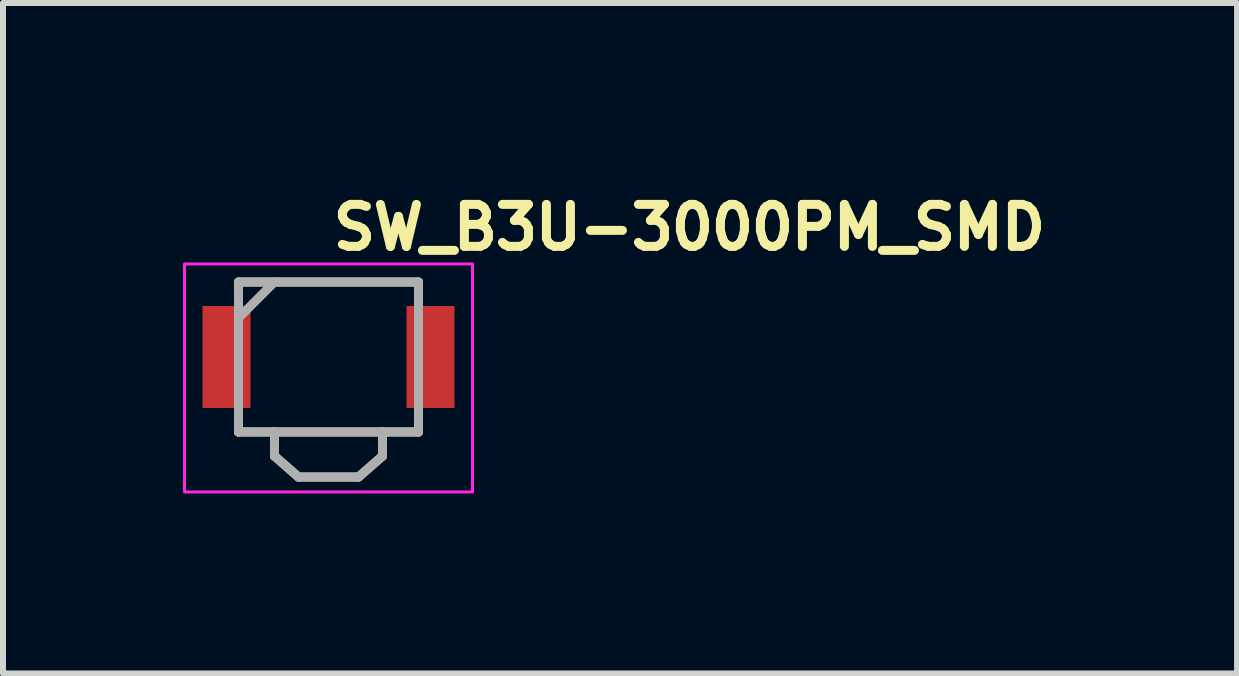
<source format=kicad_pcb>
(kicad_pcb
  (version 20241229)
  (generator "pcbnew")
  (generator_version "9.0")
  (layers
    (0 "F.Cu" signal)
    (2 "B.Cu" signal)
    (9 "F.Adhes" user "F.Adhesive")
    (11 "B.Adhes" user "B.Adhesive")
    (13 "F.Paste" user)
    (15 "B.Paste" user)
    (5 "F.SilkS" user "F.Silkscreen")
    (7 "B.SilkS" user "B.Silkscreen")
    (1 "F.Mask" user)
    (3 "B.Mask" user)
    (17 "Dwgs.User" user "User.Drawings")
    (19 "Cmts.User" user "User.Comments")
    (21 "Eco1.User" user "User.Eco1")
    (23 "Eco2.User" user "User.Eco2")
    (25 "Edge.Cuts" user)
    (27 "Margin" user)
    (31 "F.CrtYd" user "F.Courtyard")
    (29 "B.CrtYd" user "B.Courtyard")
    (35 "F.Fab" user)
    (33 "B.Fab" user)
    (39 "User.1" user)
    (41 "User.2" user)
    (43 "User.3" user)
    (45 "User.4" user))
  (footprint "SW_B3U-3000PM_SMD"
    (layer "F.Cu")
    (at 2.425 3.25)
    (property "Reference" "SW_B3U-3000PM_SMD" (at 0 -2.1 0) (layer "F.SilkS") (effects (font (size 0.7 0.7) (thickness 0.15)) (justify left bottom)))
    (attr smd)
    (fp_line (start -1.5 -1.299) (end -1.5 -1.599) (stroke (width 0.15) (type solid)) (layer "F.SilkS"))
    (fp_line (start -1.5 0.9) (end -1.5 0.6) (stroke (width 0.15) (type solid)) (layer "F.SilkS"))
    (fp_line (start -1.5 0.9) (end 1.5 0.9) (stroke (width 0.15) (type solid)) (layer "F.SilkS"))
    (fp_line (start -0.9 0.9) (end -0.9 1.301) (stroke (width 0.15) (type solid)) (layer "F.SilkS"))
    (fp_line (start -0.5 1.651) (end -0.9 1.301) (stroke (width 0.15) (type solid)) (layer "F.SilkS"))
    (fp_line (start 0.5 1.651) (end -0.5 1.651) (stroke (width 0.15) (type solid)) (layer "F.SilkS"))
    (fp_line (start 0.5 1.651) (end 0.9 1.301) (stroke (width 0.15) (type solid)) (layer "F.SilkS"))
    (fp_line (start 0.9 0.9) (end 0.9 1.301) (stroke (width 0.15) (type solid)) (layer "F.SilkS"))
    (fp_line (start 1.5 -1.599) (end -1.501 -1.599) (stroke (width 0.15) (type solid)) (layer "F.SilkS"))
    (fp_line (start 1.5 -1.299) (end 1.5 -1.599) (stroke (width 0.15) (type solid)) (layer "F.SilkS"))
    (fp_line (start 1.5 0.9) (end 1.5 0.6) (stroke (width 0.15) (type solid)) (layer "F.SilkS"))
    (fp_rect (start -2.4 -1.9) (end 2.4 1.9) (stroke (width 0.05) (type solid)) (fill no) (layer "F.CrtYd"))
    (fp_line (start -0.9 -1.6) (end -1.5 -1) (stroke (width 0.15) (type solid)) (layer "F.Fab"))
    (fp_line (start -0.9 0.9) (end -0.9 1.301) (stroke (width 0.15) (type solid)) (layer "F.Fab"))
    (fp_line (start -0.5 1.651) (end -0.9 1.301) (stroke (width 0.15) (type solid)) (layer "F.Fab"))
    (fp_line (start 0.5 1.651) (end -0.5 1.651) (stroke (width 0.15) (type solid)) (layer "F.Fab"))
    (fp_line (start 0.5 1.651) (end 0.9 1.301) (stroke (width 0.15) (type solid)) (layer "F.Fab"))
    (fp_line (start 0.9 0.9) (end 0.9 1.301) (stroke (width 0.15) (type solid)) (layer "F.Fab"))
    (fp_rect (start -1.5 -1.6) (end 1.5 0.9) (stroke (width 0.15) (type solid)) (fill no) (layer "F.Fab"))
    (fp_rect (start -2 -1.6) (end 2 1.6) (stroke (width 0.1) (type solid)) (fill no) (layer "User.5"))
    (fp_line (start -2.001 -1.05) (end -2.001 0.35) (stroke (width 0.02) (type solid)) (layer "User.9"))
    (fp_line (start -2.001 0.35) (end -1.501 0.35) (stroke (width 0.02) (type solid)) (layer "User.9"))
    (fp_line (start -1.501 -1.486) (end -1.501 -1.599) (stroke (width 0.02) (type solid)) (layer "User.9"))
    (fp_line (start -1.501 -1.486) (end -1.476 -1.48) (stroke (width 0.02) (type solid)) (layer "User.9"))
    (fp_line (start -1.501 -1.244) (end -1.501 -0.945) (stroke (width 0.02) (type solid)) (layer "User.9"))
    (fp_line (start -1.501 -1.05) (end -2.001 -1.05) (stroke (width 0.02) (type solid)) (layer "User.9"))
    (fp_line (start -1.501 -0.945) (end -1.496 -0.945) (stroke (width 0.02) (type solid)) (layer "User.9"))
    (fp_line (start -1.501 0.245) (end -1.501 0.544) (stroke (width 0.02) (type solid)) (layer "User.9"))
    (fp_line (start -1.501 0.544) (end -1.5 0.551) (stroke (width 0.02) (type solid)) (layer "User.9"))
    (fp_line (start -1.501 0.787) (end -1.501 -1.486) (stroke (width 0.02) (type solid)) (layer "User.9"))
    (fp_line (start -1.501 0.787) (end -1.501 0.9) (stroke (width 0.02) (type solid)) (layer "User.9"))
    (fp_line (start -1.501 0.787) (end -1.476 0.779) (stroke (width 0.02) (type solid)) (layer "User.9"))
    (fp_line (start -1.5 -1.256) (end -1.5 -1.251) (stroke (width 0.02) (type solid)) (layer "User.9"))
    (fp_line (start -1.5 -1.251) (end -1.501 -1.244) (stroke (width 0.02) (type solid)) (layer "User.9"))
    (fp_line (start -1.5 0.551) (end -1.5 0.556) (stroke (width 0.02) (type solid)) (layer "User.9"))
    (fp_line (start -1.5 0.556) (end -1.499 0.561) (stroke (width 0.02) (type solid)) (layer "User.9"))
    (fp_line (start -1.499 -1.261) (end -1.5 -1.256) (stroke (width 0.02) (type solid)) (layer "User.9"))
    (fp_line (start -1.499 0.561) (end -1.498 0.566) (stroke (width 0.02) (type solid)) (layer "User.9"))
    (fp_line (start -1.498 -1.266) (end -1.499 -1.261) (stroke (width 0.02) (type solid)) (layer "User.9"))
    (fp_line (start -1.498 0.566) (end -1.497 0.571) (stroke (width 0.02) (type solid)) (layer "User.9"))
    (fp_line (start -1.497 -1.271) (end -1.498 -1.266) (stroke (width 0.02) (type solid)) (layer "User.9"))
    (fp_line (start -1.497 0.571) (end -1.496 0.576) (stroke (width 0.02) (type solid)) (layer "User.9"))
    (fp_line (start -1.496 -1.276) (end -1.497 -1.271) (stroke (width 0.02) (type solid)) (layer "User.9"))
    (fp_line (start -1.496 -0.945) (end -1.492 -0.945) (stroke (width 0.02) (type solid)) (layer "User.9"))
    (fp_line (start -1.496 0.245) (end -1.501 0.245) (stroke (width 0.02) (type solid)) (layer "User.9"))
    (fp_line (start -1.496 0.576) (end -1.494 0.581) (stroke (width 0.02) (type solid)) (layer "User.9"))
    (fp_line (start -1.494 -1.281) (end -1.496 -1.276) (stroke (width 0.02) (type solid)) (layer "User.9"))
    (fp_line (start -1.494 0.581) (end -1.492 0.586) (stroke (width 0.02) (type solid)) (layer "User.9"))
    (fp_line (start -1.492 -1.286) (end -1.494 -1.281) (stroke (width 0.02) (type solid)) (layer "User.9"))
    (fp_line (start -1.492 -0.945) (end -1.488 -0.944) (stroke (width 0.02) (type solid)) (layer "User.9"))
    (fp_line (start -1.492 0.245) (end -1.496 0.245) (stroke (width 0.02) (type solid)) (layer "User.9"))
    (fp_line (start -1.492 0.586) (end -1.491 0.59) (stroke (width 0.02) (type solid)) (layer "User.9"))
    (fp_line (start -1.491 -1.29) (end -1.492 -1.286) (stroke (width 0.02) (type solid)) (layer "User.9"))
    (fp_line (start -1.491 0.59) (end -1.489 0.595) (stroke (width 0.02) (type solid)) (layer "User.9"))
    (fp_line (start -1.489 -1.295) (end -1.491 -1.29) (stroke (width 0.02) (type solid)) (layer "User.9"))
    (fp_line (start -1.489 0.595) (end -1.487 0.6) (stroke (width 0.02) (type solid)) (layer "User.9"))
    (fp_line (start -1.488 -0.944) (end -1.484 -0.944) (stroke (width 0.02) (type solid)) (layer "User.9"))
    (fp_line (start -1.488 0.244) (end -1.492 0.245) (stroke (width 0.02) (type solid)) (layer "User.9"))
    (fp_line (start -1.487 -1.3) (end -1.489 -1.295) (stroke (width 0.02) (type solid)) (layer "User.9"))
    (fp_line (start -1.487 0.6) (end -1.484 0.604) (stroke (width 0.02) (type solid)) (layer "User.9"))
    (fp_line (start -1.484 -1.304) (end -1.487 -1.3) (stroke (width 0.02) (type solid)) (layer "User.9"))
    (fp_line (start -1.484 -0.944) (end -1.48 -0.943) (stroke (width 0.02) (type solid)) (layer "User.9"))
    (fp_line (start -1.484 0.244) (end -1.488 0.244) (stroke (width 0.02) (type solid)) (layer "User.9"))
    (fp_line (start -1.484 0.604) (end -1.481 0.608) (stroke (width 0.02) (type solid)) (layer "User.9"))
    (fp_line (start -1.481 -1.308) (end -1.484 -1.304) (stroke (width 0.02) (type solid)) (layer "User.9"))
    (fp_line (start -1.481 0.608) (end -1.478 0.611) (stroke (width 0.02) (type solid)) (layer "User.9"))
    (fp_line (start -1.48 -0.943) (end -1.475 -0.942) (stroke (width 0.02) (type solid)) (layer "User.9"))
    (fp_line (start -1.48 0.243) (end -1.484 0.244) (stroke (width 0.02) (type solid)) (layer "User.9"))
    (fp_line (start -1.478 -1.311) (end -1.481 -1.308) (stroke (width 0.02) (type solid)) (layer "User.9"))
    (fp_line (start -1.478 0.611) (end -1.473 0.615) (stroke (width 0.02) (type solid)) (layer "User.9"))
    (fp_line (start -1.476 -1.48) (end -1.476 -1.313) (stroke (width 0.02) (type solid)) (layer "User.9"))
    (fp_line (start -1.476 -1.48) (end -1.251 -1.48) (stroke (width 0.02) (type solid)) (layer "User.9"))
    (fp_line (start -1.476 -0.942) (end -1.476 0.242) (stroke (width 0.02) (type solid)) (layer "User.9"))
    (fp_line (start -1.476 0.613) (end -1.476 0.779) (stroke (width 0.02) (type solid)) (layer "User.9"))
    (fp_line (start -1.476 0.779) (end -1.251 0.779) (stroke (width 0.02) (type solid)) (layer "User.9"))
    (fp_line (start -1.475 -0.942) (end -1.467 -0.94) (stroke (width 0.02) (type solid)) (layer "User.9"))
    (fp_line (start -1.475 0.242) (end -1.48 0.243) (stroke (width 0.02) (type solid)) (layer "User.9"))
    (fp_line (start -1.473 -1.315) (end -1.478 -1.311) (stroke (width 0.02) (type solid)) (layer "User.9"))
    (fp_line (start -1.473 0.615) (end -1.47 0.619) (stroke (width 0.02) (type solid)) (layer "User.9"))
    (fp_line (start -1.471 0.241) (end -1.475 0.242) (stroke (width 0.02) (type solid)) (layer "User.9"))
    (fp_line (start -1.47 -1.319) (end -1.473 -1.315) (stroke (width 0.02) (type solid)) (layer "User.9"))
    (fp_line (start -1.47 -1.319) (end -1.47 -1.319) (stroke (width 0.02) (type solid)) (layer "User.9"))
    (fp_line (start -1.47 0.619) (end -1.47 0.619) (stroke (width 0.02) (type solid)) (layer "User.9"))
    (fp_line (start -1.47 0.619) (end -1.466 0.623) (stroke (width 0.02) (type solid)) (layer "User.9"))
    (fp_line (start -1.467 -0.94) (end -1.46 -0.937) (stroke (width 0.02) (type solid)) (layer "User.9"))
    (fp_line (start -1.467 0.24) (end -1.471 0.241) (stroke (width 0.02) (type solid)) (layer "User.9"))
    (fp_line (start -1.466 -1.323) (end -1.47 -1.319) (stroke (width 0.02) (type solid)) (layer "User.9"))
    (fp_line (start -1.466 0.623) (end -1.462 0.626) (stroke (width 0.02) (type solid)) (layer "User.9"))
    (fp_line (start -1.463 0.238) (end -1.467 0.24) (stroke (width 0.02) (type solid)) (layer "User.9"))
    (fp_line (start -1.462 -1.326) (end -1.466 -1.323) (stroke (width 0.02) (type solid)) (layer "User.9"))
    (fp_line (start -1.462 0.626) (end -1.459 0.629) (stroke (width 0.02) (type solid)) (layer "User.9"))
    (fp_line (start -1.46 -0.937) (end -1.452 -0.933) (stroke (width 0.02) (type solid)) (layer "User.9"))
    (fp_line (start -1.46 0.237) (end -1.463 0.238) (stroke (width 0.02) (type solid)) (layer "User.9"))
    (fp_line (start -1.459 -1.329) (end -1.462 -1.326) (stroke (width 0.02) (type solid)) (layer "User.9"))
    (fp_line (start -1.459 0.629) (end -1.455 0.632) (stroke (width 0.02) (type solid)) (layer "User.9"))
    (fp_line (start -1.456 0.235) (end -1.46 0.237) (stroke (width 0.02) (type solid)) (layer "User.9"))
    (fp_line (start -1.455 -1.332) (end -1.459 -1.329) (stroke (width 0.02) (type solid)) (layer "User.9"))
    (fp_line (start -1.455 0.632) (end -1.45 0.635) (stroke (width 0.02) (type solid)) (layer "User.9"))
    (fp_line (start -1.452 -0.933) (end -1.444 -0.929) (stroke (width 0.02) (type solid)) (layer "User.9"))
    (fp_line (start -1.452 0.233) (end -1.456 0.235) (stroke (width 0.02) (type solid)) (layer "User.9"))
    (fp_line (start -1.45 -1.335) (end -1.455 -1.332) (stroke (width 0.02) (type solid)) (layer "User.9"))
    (fp_line (start -1.45 -0.752) (end -1.45 0.052) (stroke (width 0.02) (type solid)) (layer "User.9"))
    (fp_line (start -1.45 0.052) (end -1.446 0.055) (stroke (width 0.02) (type solid)) (layer "User.9"))
    (fp_line (start -1.45 0.635) (end -1.446 0.637) (stroke (width 0.02) (type solid)) (layer "User.9"))
    (fp_line (start -1.449 -1.599) (end -1.289 -1.599) (stroke (width 0.02) (type solid)) (layer "User.9"))
    (fp_line (start -1.449 0.231) (end -1.452 0.233) (stroke (width 0.02) (type solid)) (layer "User.9"))
    (fp_line (start -1.446 -1.337) (end -1.45 -1.335) (stroke (width 0.02) (type solid)) (layer "User.9"))
    (fp_line (start -1.446 0.055) (end -1.442 0.057) (stroke (width 0.02) (type solid)) (layer "User.9"))
    (fp_line (start -1.446 0.637) (end -1.44 0.64) (stroke (width 0.02) (type solid)) (layer "User.9"))
    (fp_line (start -1.444 -0.929) (end -1.437 -0.925) (stroke (width 0.02) (type solid)) (layer "User.9"))
    (fp_line (start -1.444 0.229) (end -1.449 0.231) (stroke (width 0.02) (type solid)) (layer "User.9"))
    (fp_line (start -1.442 -0.757) (end -1.45 -0.752) (stroke (width 0.02) (type solid)) (layer "User.9"))
    (fp_line (start -1.442 0.057) (end -1.438 0.06) (stroke (width 0.02) (type solid)) (layer "User.9"))
    (fp_line (start -1.441 0.227) (end -1.444 0.229) (stroke (width 0.02) (type solid)) (layer "User.9"))
    (fp_line (start -1.44 -1.34) (end -1.446 -1.337) (stroke (width 0.02) (type solid)) (layer "User.9"))
    (fp_line (start -1.44 0.64) (end -1.435 0.642) (stroke (width 0.02) (type solid)) (layer "User.9"))
    (fp_line (start -1.438 0.06) (end -1.435 0.062) (stroke (width 0.02) (type solid)) (layer "User.9"))
    (fp_line (start -1.437 -0.925) (end -1.431 -0.919) (stroke (width 0.02) (type solid)) (layer "User.9"))
    (fp_line (start -1.437 0.225) (end -1.441 0.227) (stroke (width 0.02) (type solid)) (layer "User.9"))
    (fp_line (start -1.435 -1.342) (end -1.44 -1.34) (stroke (width 0.02) (type solid)) (layer "User.9"))
    (fp_line (start -1.435 -0.762) (end -1.442 -0.757) (stroke (width 0.02) (type solid)) (layer "User.9"))
    (fp_line (start -1.435 0.062) (end -1.432 0.065) (stroke (width 0.02) (type solid)) (layer "User.9"))
    (fp_line (start -1.435 0.642) (end -1.431 0.644) (stroke (width 0.02) (type solid)) (layer "User.9"))
    (fp_line (start -1.434 0.222) (end -1.437 0.225) (stroke (width 0.02) (type solid)) (layer "User.9"))
    (fp_line (start -1.432 0.065) (end -1.428 0.067) (stroke (width 0.02) (type solid)) (layer "User.9"))
    (fp_line (start -1.431 -1.344) (end -1.435 -1.342) (stroke (width 0.02) (type solid)) (layer "User.9"))
    (fp_line (start -1.431 -0.919) (end -1.425 -0.914) (stroke (width 0.02) (type solid)) (layer "User.9"))
    (fp_line (start -1.431 0.219) (end -1.434 0.222) (stroke (width 0.02) (type solid)) (layer "User.9"))
    (fp_line (start -1.431 0.644) (end -1.426 0.645) (stroke (width 0.02) (type solid)) (layer "User.9"))
    (fp_line (start -1.428 -0.767) (end -1.435 -0.762) (stroke (width 0.02) (type solid)) (layer "User.9"))
    (fp_line (start -1.428 0.067) (end -1.425 0.07) (stroke (width 0.02) (type solid)) (layer "User.9"))
    (fp_line (start -1.428 0.217) (end -1.431 0.219) (stroke (width 0.02) (type solid)) (layer "User.9"))
    (fp_line (start -1.426 -1.345) (end -1.431 -1.344) (stroke (width 0.02) (type solid)) (layer "User.9"))
    (fp_line (start -1.426 0.645) (end -1.421 0.647) (stroke (width 0.02) (type solid)) (layer "User.9"))
    (fp_line (start -1.425 -0.914) (end -1.419 -0.907) (stroke (width 0.02) (type solid)) (layer "User.9"))
    (fp_line (start -1.425 0.07) (end -1.423 0.073) (stroke (width 0.02) (type solid)) (layer "User.9"))
    (fp_line (start -1.425 0.214) (end -1.428 0.217) (stroke (width 0.02) (type solid)) (layer "User.9"))
    (fp_line (start -1.423 -0.773) (end -1.428 -0.767) (stroke (width 0.02) (type solid)) (layer "User.9"))
    (fp_line (start -1.423 0.073) (end -1.42 0.076) (stroke (width 0.02) (type solid)) (layer "User.9"))
    (fp_line (start -1.422 0.21) (end -1.425 0.214) (stroke (width 0.02) (type solid)) (layer "User.9"))
    (fp_line (start -1.421 -1.347) (end -1.426 -1.345) (stroke (width 0.02) (type solid)) (layer "User.9"))
    (fp_line (start -1.421 0.647) (end -1.416 0.648) (stroke (width 0.02) (type solid)) (layer "User.9"))
    (fp_line (start -1.42 0.076) (end -1.417 0.08) (stroke (width 0.02) (type solid)) (layer "User.9"))
    (fp_line (start -1.419 -0.907) (end -1.414 -0.9) (stroke (width 0.02) (type solid)) (layer "User.9"))
    (fp_line (start -1.419 0.207) (end -1.422 0.21) (stroke (width 0.02) (type solid)) (layer "User.9"))
    (fp_line (start -1.417 -0.78) (end -1.423 -0.773) (stroke (width 0.02) (type solid)) (layer "User.9"))
    (fp_line (start -1.417 0.08) (end -1.415 0.083) (stroke (width 0.02) (type solid)) (layer "User.9"))
    (fp_line (start -1.417 0.204) (end -1.419 0.207) (stroke (width 0.02) (type solid)) (layer "User.9"))
    (fp_line (start -1.416 -1.348) (end -1.421 -1.347) (stroke (width 0.02) (type solid)) (layer "User.9"))
    (fp_line (start -1.416 0.648) (end -1.412 0.649) (stroke (width 0.02) (type solid)) (layer "User.9"))
    (fp_line (start -1.415 0.083) (end -1.413 0.087) (stroke (width 0.02) (type solid)) (layer "User.9"))
    (fp_line (start -1.414 -0.9) (end -1.411 -0.893) (stroke (width 0.02) (type solid)) (layer "User.9"))
    (fp_line (start -1.414 0.2) (end -1.417 0.204) (stroke (width 0.02) (type solid)) (layer "User.9"))
    (fp_line (start -1.413 -0.787) (end -1.417 -0.78) (stroke (width 0.02) (type solid)) (layer "User.9"))
    (fp_line (start -1.413 0.087) (end -1.411 0.09) (stroke (width 0.02) (type solid)) (layer "User.9"))
    (fp_line (start -1.412 -1.349) (end -1.416 -1.348) (stroke (width 0.02) (type solid)) (layer "User.9"))
    (fp_line (start -1.412 0.197) (end -1.414 0.2) (stroke (width 0.02) (type solid)) (layer "User.9"))
    (fp_line (start -1.412 0.649) (end -1.406 0.649) (stroke (width 0.02) (type solid)) (layer "User.9"))
    (fp_line (start -1.411 -0.893) (end -1.409 -0.889) (stroke (width 0.02) (type solid)) (layer "User.9"))
    (fp_line (start -1.411 0.09) (end -1.409 0.094) (stroke (width 0.02) (type solid)) (layer "User.9"))
    (fp_line (start -1.411 0.193) (end -1.412 0.197) (stroke (width 0.02) (type solid)) (layer "User.9"))
    (fp_line (start -1.409 -0.889) (end -1.407 -0.885) (stroke (width 0.02) (type solid)) (layer "User.9"))
    (fp_line (start -1.409 -0.794) (end -1.413 -0.787) (stroke (width 0.02) (type solid)) (layer "User.9"))
    (fp_line (start -1.409 0.094) (end -1.408 0.099) (stroke (width 0.02) (type solid)) (layer "User.9"))
    (fp_line (start -1.409 0.189) (end -1.411 0.193) (stroke (width 0.02) (type solid)) (layer "User.9"))
    (fp_line (start -1.408 0.099) (end -1.406 0.102) (stroke (width 0.02) (type solid)) (layer "User.9"))
    (fp_line (start -1.407 -1.349) (end -1.412 -1.349) (stroke (width 0.02) (type solid)) (layer "User.9"))
    (fp_line (start -1.407 -0.885) (end -1.405 -0.882) (stroke (width 0.02) (type solid)) (layer "User.9"))
    (fp_line (start -1.407 0.185) (end -1.409 0.189) (stroke (width 0.02) (type solid)) (layer "User.9"))
    (fp_line (start -1.406 -0.802) (end -1.409 -0.794) (stroke (width 0.02) (type solid)) (layer "User.9"))
    (fp_line (start -1.406 0.102) (end -1.404 0.106) (stroke (width 0.02) (type solid)) (layer "User.9"))
    (fp_line (start -1.406 0.649) (end -1.401 0.65) (stroke (width 0.02) (type solid)) (layer "User.9"))
    (fp_line (start -1.405 -0.882) (end -1.404 -0.877) (stroke (width 0.02) (type solid)) (layer "User.9"))
    (fp_line (start -1.405 0.182) (end -1.407 0.185) (stroke (width 0.02) (type solid)) (layer "User.9"))
    (fp_line (start -1.404 -0.877) (end -1.402 -0.873) (stroke (width 0.02) (type solid)) (layer "User.9"))
    (fp_line (start -1.404 0.106) (end -1.403 0.11) (stroke (width 0.02) (type solid)) (layer "User.9"))
    (fp_line (start -1.404 0.177) (end -1.405 0.182) (stroke (width 0.02) (type solid)) (layer "User.9"))
    (fp_line (start -1.403 -0.81) (end -1.406 -0.802) (stroke (width 0.02) (type solid)) (layer "User.9"))
    (fp_line (start -1.403 0.11) (end -1.402 0.114) (stroke (width 0.02) (type solid)) (layer "User.9"))
    (fp_line (start -1.402 -0.873) (end -1.401 -0.869) (stroke (width 0.02) (type solid)) (layer "User.9"))
    (fp_line (start -1.402 0.114) (end -1.401 0.118) (stroke (width 0.02) (type solid)) (layer "User.9"))
    (fp_line (start -1.402 0.173) (end -1.404 0.177) (stroke (width 0.02) (type solid)) (layer "User.9"))
    (fp_line (start -1.401 -1.351) (end -1.407 -1.349) (stroke (width 0.02) (type solid)) (layer "User.9"))
    (fp_line (start -1.401 -0.869) (end -1.401 -0.869) (stroke (width 0.02) (type solid)) (layer "User.9"))
    (fp_line (start -1.401 -0.869) (end -1.399 -0.86) (stroke (width 0.02) (type solid)) (layer "User.9"))
    (fp_line (start -1.401 -0.818) (end -1.403 -0.81) (stroke (width 0.02) (type solid)) (layer "User.9"))
    (fp_line (start -1.401 0.118) (end -1.4 0.122) (stroke (width 0.02) (type solid)) (layer "User.9"))
    (fp_line (start -1.401 0.169) (end -1.402 0.173) (stroke (width 0.02) (type solid)) (layer "User.9"))
    (fp_line (start -1.401 0.169) (end -1.401 0.169) (stroke (width 0.02) (type solid)) (layer "User.9"))
    (fp_line (start -1.401 0.65) (end -1.396 0.65) (stroke (width 0.02) (type solid)) (layer "User.9"))
    (fp_line (start -1.4 0.122) (end -1.399 0.127) (stroke (width 0.02) (type solid)) (layer "User.9"))
    (fp_line (start -1.4 0.165) (end -1.401 0.169) (stroke (width 0.02) (type solid)) (layer "User.9"))
    (fp_line (start -1.399 -0.86) (end -1.398 -0.851) (stroke (width 0.02) (type solid)) (layer "User.9"))
    (fp_line (start -1.399 -0.827) (end -1.401 -0.818) (stroke (width 0.02) (type solid)) (layer "User.9"))
    (fp_line (start -1.399 0.127) (end -1.398 0.13) (stroke (width 0.02) (type solid)) (layer "User.9"))
    (fp_line (start -1.399 0.155) (end -1.399 0.16) (stroke (width 0.02) (type solid)) (layer "User.9"))
    (fp_line (start -1.399 0.16) (end -1.4 0.165) (stroke (width 0.02) (type solid)) (layer "User.9"))
    (fp_line (start -1.398 -0.851) (end -1.398 -0.842) (stroke (width 0.02) (type solid)) (layer "User.9"))
    (fp_line (start -1.398 -0.842) (end -1.398 -0.834) (stroke (width 0.02) (type solid)) (layer "User.9"))
    (fp_line (start -1.398 -0.834) (end -1.399 -0.827) (stroke (width 0.02) (type solid)) (layer "User.9"))
    (fp_line (start -1.398 0.13) (end -1.398 0.134) (stroke (width 0.02) (type solid)) (layer "User.9"))
    (fp_line (start -1.398 0.134) (end -1.398 0.138) (stroke (width 0.02) (type solid)) (layer "User.9"))
    (fp_line (start -1.398 0.138) (end -1.398 0.142) (stroke (width 0.02) (type solid)) (layer "User.9"))
    (fp_line (start -1.398 0.142) (end -1.398 0.147) (stroke (width 0.02) (type solid)) (layer "User.9"))
    (fp_line (start -1.398 0.147) (end -1.398 0.151) (stroke (width 0.02) (type solid)) (layer "User.9"))
    (fp_line (start -1.398 0.151) (end -1.399 0.155) (stroke (width 0.02) (type solid)) (layer "User.9"))
    (fp_line (start -1.396 -1.351) (end -1.401 -1.351) (stroke (width 0.02) (type solid)) (layer "User.9"))
    (fp_line (start -1.396 0.65) (end -1.335 0.65) (stroke (width 0.02) (type solid)) (layer "User.9"))
    (fp_line (start -1.351 -1.599) (end -1.501 -1.599) (stroke (width 0.02) (type solid)) (layer "User.9"))
    (fp_line (start -1.351 0.9) (end -1.501 0.9) (stroke (width 0.02) (type solid)) (layer "User.9"))
    (fp_line (start -1.342 -1.601) (end -1.351 -1.599) (stroke (width 0.02) (type solid)) (layer "User.9"))
    (fp_line (start -1.342 0.9) (end -1.351 0.9) (stroke (width 0.02) (type solid)) (layer "User.9"))
    (fp_line (start -1.335 -1.351) (end -1.396 -1.351) (stroke (width 0.02) (type solid)) (layer "User.9"))
    (fp_line (start -1.335 0.65) (end -1.329 0.65) (stroke (width 0.02) (type solid)) (layer "User.9"))
    (fp_line (start -1.333 -1.599) (end -1.342 -1.601) (stroke (width 0.02) (type solid)) (layer "User.9"))
    (fp_line (start -1.333 0.9) (end -1.342 0.9) (stroke (width 0.02) (type solid)) (layer "User.9"))
    (fp_line (start -1.329 -1.351) (end -1.335 -1.351) (stroke (width 0.02) (type solid)) (layer "User.9"))
    (fp_line (start -1.329 0.65) (end -1.324 0.65) (stroke (width 0.02) (type solid)) (layer "User.9"))
    (fp_line (start -1.324 -1.599) (end -1.333 -1.599) (stroke (width 0.02) (type solid)) (layer "User.9"))
    (fp_line (start -1.324 -1.351) (end -1.329 -1.351) (stroke (width 0.02) (type solid)) (layer "User.9"))
    (fp_line (start -1.324 0.65) (end -1.319 0.652) (stroke (width 0.02) (type solid)) (layer "User.9"))
    (fp_line (start -1.324 0.9) (end -1.333 0.9) (stroke (width 0.02) (type solid)) (layer "User.9"))
    (fp_line (start -1.319 -1.351) (end -1.324 -1.351) (stroke (width 0.02) (type solid)) (layer "User.9"))
    (fp_line (start -1.319 0.652) (end -1.313 0.652) (stroke (width 0.02) (type solid)) (layer "User.9"))
    (fp_line (start -1.313 -1.599) (end -1.324 -1.599) (stroke (width 0.02) (type solid)) (layer "User.9"))
    (fp_line (start -1.313 -1.353) (end -1.319 -1.351) (stroke (width 0.02) (type solid)) (layer "User.9"))
    (fp_line (start -1.313 0.652) (end -1.308 0.654) (stroke (width 0.02) (type solid)) (layer "User.9"))
    (fp_line (start -1.313 0.898) (end -1.324 0.9) (stroke (width 0.02) (type solid)) (layer "User.9"))
    (fp_line (start -1.308 -1.353) (end -1.313 -1.353) (stroke (width 0.02) (type solid)) (layer "User.9"))
    (fp_line (start -1.308 0.654) (end -1.303 0.656) (stroke (width 0.02) (type solid)) (layer "User.9"))
    (fp_line (start -1.304 -1.597) (end -1.313 -1.599) (stroke (width 0.02) (type solid)) (layer "User.9"))
    (fp_line (start -1.304 0.898) (end -1.313 0.898) (stroke (width 0.02) (type solid)) (layer "User.9"))
    (fp_line (start -1.303 -1.355) (end -1.308 -1.353) (stroke (width 0.02) (type solid)) (layer "User.9"))
    (fp_line (start -1.303 0.656) (end -1.298 0.656) (stroke (width 0.02) (type solid)) (layer "User.9"))
    (fp_line (start -1.298 -1.357) (end -1.303 -1.355) (stroke (width 0.02) (type solid)) (layer "User.9"))
    (fp_line (start -1.298 0.656) (end -1.293 0.658) (stroke (width 0.02) (type solid)) (layer "User.9"))
    (fp_line (start -1.296 -1.595) (end -1.304 -1.597) (stroke (width 0.02) (type solid)) (layer "User.9"))
    (fp_line (start -1.296 0.896) (end -1.304 0.898) (stroke (width 0.02) (type solid)) (layer "User.9"))
    (fp_line (start -1.293 -1.359) (end -1.298 -1.357) (stroke (width 0.02) (type solid)) (layer "User.9"))
    (fp_line (start -1.293 0.658) (end -1.288 0.66) (stroke (width 0.02) (type solid)) (layer "User.9"))
    (fp_line (start -1.289 -1.599) (end -1.228 -1.599) (stroke (width 0.02) (type solid)) (layer "User.9"))
    (fp_line (start -1.289 0.9) (end -1.449 0.9) (stroke (width 0.02) (type solid)) (layer "User.9"))
    (fp_line (start -1.288 -1.595) (end -1.296 -1.595) (stroke (width 0.02) (type solid)) (layer "User.9"))
    (fp_line (start -1.288 -1.361) (end -1.293 -1.359) (stroke (width 0.02) (type solid)) (layer "User.9"))
    (fp_line (start -1.288 0.66) (end -1.284 0.662) (stroke (width 0.02) (type solid)) (layer "User.9"))
    (fp_line (start -1.288 0.894) (end -1.296 0.896) (stroke (width 0.02) (type solid)) (layer "User.9"))
    (fp_line (start -1.284 -1.363) (end -1.288 -1.361) (stroke (width 0.02) (type solid)) (layer "User.9"))
    (fp_line (start -1.284 0.662) (end -1.28 0.666) (stroke (width 0.02) (type solid)) (layer "User.9"))
    (fp_line (start -1.281 -1.593) (end -1.288 -1.595) (stroke (width 0.02) (type solid)) (layer "User.9"))
    (fp_line (start -1.281 0.892) (end -1.288 0.894) (stroke (width 0.02) (type solid)) (layer "User.9"))
    (fp_line (start -1.28 -1.365) (end -1.284 -1.363) (stroke (width 0.02) (type solid)) (layer "User.9"))
    (fp_line (start -1.28 0.666) (end -1.276 0.668) (stroke (width 0.02) (type solid)) (layer "User.9"))
    (fp_line (start -1.276 -1.369) (end -1.28 -1.365) (stroke (width 0.02) (type solid)) (layer "User.9"))
    (fp_line (start -1.276 0.668) (end -1.272 0.672) (stroke (width 0.02) (type solid)) (layer "User.9"))
    (fp_line (start -1.274 -1.591) (end -1.281 -1.593) (stroke (width 0.02) (type solid)) (layer "User.9"))
    (fp_line (start -1.274 0.89) (end -1.281 0.892) (stroke (width 0.02) (type solid)) (layer "User.9"))
    (fp_line (start -1.272 -1.371) (end -1.276 -1.369) (stroke (width 0.02) (type solid)) (layer "User.9"))
    (fp_line (start -1.272 0.672) (end -1.268 0.675) (stroke (width 0.02) (type solid)) (layer "User.9"))
    (fp_line (start -1.268 -1.589) (end -1.274 -1.591) (stroke (width 0.02) (type solid)) (layer "User.9"))
    (fp_line (start -1.268 -1.374) (end -1.272 -1.371) (stroke (width 0.02) (type solid)) (layer "User.9"))
    (fp_line (start -1.268 0.675) (end -1.264 0.677) (stroke (width 0.02) (type solid)) (layer "User.9"))
    (fp_line (start -1.268 0.888) (end -1.274 0.89) (stroke (width 0.02) (type solid)) (layer "User.9"))
    (fp_line (start -1.264 -1.378) (end -1.268 -1.374) (stroke (width 0.02) (type solid)) (layer "User.9"))
    (fp_line (start -1.264 0.677) (end -1.26 0.681) (stroke (width 0.02) (type solid)) (layer "User.9"))
    (fp_line (start -1.263 -1.587) (end -1.268 -1.589) (stroke (width 0.02) (type solid)) (layer "User.9"))
    (fp_line (start -1.263 0.886) (end -1.268 0.888) (stroke (width 0.02) (type solid)) (layer "User.9"))
    (fp_line (start -1.26 -1.585) (end -1.263 -1.587) (stroke (width 0.02) (type solid)) (layer "User.9"))
    (fp_line (start -1.26 -1.38) (end -1.264 -1.378) (stroke (width 0.02) (type solid)) (layer "User.9"))
    (fp_line (start -1.26 0.681) (end -1.257 0.685) (stroke (width 0.02) (type solid)) (layer "User.9"))
    (fp_line (start -1.26 0.886) (end -1.263 0.886) (stroke (width 0.02) (type solid)) (layer "User.9"))
    (fp_line (start -1.258 -1.585) (end -1.26 -1.585) (stroke (width 0.02) (type solid)) (layer "User.9"))
    (fp_line (start -1.258 0.884) (end -1.26 0.886) (stroke (width 0.02) (type solid)) (layer "User.9"))
    (fp_line (start -1.257 -1.384) (end -1.26 -1.38) (stroke (width 0.02) (type solid)) (layer "User.9"))
    (fp_line (start -1.257 0.685) (end -1.254 0.689) (stroke (width 0.02) (type solid)) (layer "User.9"))
    (fp_line (start -1.256 -1.583) (end -1.258 -1.585) (stroke (width 0.02) (type solid)) (layer "User.9"))
    (fp_line (start -1.256 0.882) (end -1.258 0.884) (stroke (width 0.02) (type solid)) (layer "User.9"))
    (fp_line (start -1.255 -1.581) (end -1.256 -1.583) (stroke (width 0.02) (type solid)) (layer "User.9"))
    (fp_line (start -1.255 0.882) (end -1.256 0.882) (stroke (width 0.02) (type solid)) (layer "User.9"))
    (fp_line (start -1.254 -1.581) (end -1.255 -1.581) (stroke (width 0.02) (type solid)) (layer "User.9"))
    (fp_line (start -1.254 -1.388) (end -1.257 -1.384) (stroke (width 0.02) (type solid)) (layer "User.9"))
    (fp_line (start -1.254 0.689) (end -1.249 0.693) (stroke (width 0.02) (type solid)) (layer "User.9"))
    (fp_line (start -1.254 0.88) (end -1.255 0.882) (stroke (width 0.02) (type solid)) (layer "User.9"))
    (fp_line (start -1.251 -1.579) (end -1.254 -1.581) (stroke (width 0.02) (type solid)) (layer "User.9"))
    (fp_line (start -1.251 -1.579) (end -1.251 -1.579) (stroke (width 0.02) (type solid)) (layer "User.9"))
    (fp_line (start -1.251 -1.575) (end -1.25 -1.575) (stroke (width 0.02) (type solid)) (layer "User.9"))
    (fp_line (start -1.251 -1.48) (end -1.251 -1.575) (stroke (width 0.02) (type solid)) (layer "User.9"))
    (fp_line (start -1.251 -1.48) (end -1.228 -1.48) (stroke (width 0.02) (type solid)) (layer "User.9"))
    (fp_line (start -1.251 -1.454) (end -1.251 -1.48) (stroke (width 0.02) (type solid)) (layer "User.9"))
    (fp_line (start -1.251 0.755) (end -1.251 0.779) (stroke (width 0.02) (type solid)) (layer "User.9"))
    (fp_line (start -1.251 0.755) (end -1.228 0.755) (stroke (width 0.02) (type solid)) (layer "User.9"))
    (fp_line (start -1.251 0.779) (end -1.251 0.874) (stroke (width 0.02) (type solid)) (layer "User.9"))
    (fp_line (start -1.251 0.874) (end -1.25 0.876) (stroke (width 0.02) (type solid)) (layer "User.9"))
    (fp_line (start -1.251 0.878) (end -1.251 0.88) (stroke (width 0.02) (type solid)) (layer "User.9"))
    (fp_line (start -1.251 0.88) (end -1.254 0.88) (stroke (width 0.02) (type solid)) (layer "User.9"))
    (fp_line (start -1.25 -1.577) (end -1.251 -1.579) (stroke (width 0.02) (type solid)) (layer "User.9"))
    (fp_line (start -1.25 -1.575) (end -1.25 -1.577) (stroke (width 0.02) (type solid)) (layer "User.9"))
    (fp_line (start -1.25 0.876) (end -1.25 0.878) (stroke (width 0.02) (type solid)) (layer "User.9"))
    (fp_line (start -1.25 0.878) (end -1.251 0.878) (stroke (width 0.02) (type solid)) (layer "User.9"))
    (fp_line (start -1.249 -1.392) (end -1.254 -1.388) (stroke (width 0.02) (type solid)) (layer "User.9"))
    (fp_line (start -1.249 0.693) (end -1.247 0.697) (stroke (width 0.02) (type solid)) (layer "User.9"))
    (fp_line (start -1.247 -1.396) (end -1.249 -1.392) (stroke (width 0.02) (type solid)) (layer "User.9"))
    (fp_line (start -1.247 0.697) (end -1.244 0.701) (stroke (width 0.02) (type solid)) (layer "User.9"))
    (fp_line (start -1.244 -1.4) (end -1.247 -1.396) (stroke (width 0.02) (type solid)) (layer "User.9"))
    (fp_line (start -1.244 0.701) (end -1.241 0.705) (stroke (width 0.02) (type solid)) (layer "User.9"))
    (fp_line (start -1.241 -1.406) (end -1.244 -1.4) (stroke (width 0.02) (type solid)) (layer "User.9"))
    (fp_line (start -1.241 0.705) (end -1.239 0.709) (stroke (width 0.02) (type solid)) (layer "User.9"))
    (fp_line (start -1.239 -1.41) (end -1.241 -1.406) (stroke (width 0.02) (type solid)) (layer "User.9"))
    (fp_line (start -1.239 0.709) (end -1.237 0.715) (stroke (width 0.02) (type solid)) (layer "User.9"))
    (fp_line (start -1.237 -1.414) (end -1.239 -1.41) (stroke (width 0.02) (type solid)) (layer "User.9"))
    (fp_line (start -1.237 0.715) (end -1.235 0.719) (stroke (width 0.02) (type solid)) (layer "User.9"))
    (fp_line (start -1.235 -1.418) (end -1.237 -1.414) (stroke (width 0.02) (type solid)) (layer "User.9"))
    (fp_line (start -1.235 0.719) (end -1.233 0.723) (stroke (width 0.02) (type solid)) (layer "User.9"))
    (fp_line (start -1.233 -1.424) (end -1.235 -1.418) (stroke (width 0.02) (type solid)) (layer "User.9"))
    (fp_line (start -1.233 0.723) (end -1.232 0.729) (stroke (width 0.02) (type solid)) (layer "User.9"))
    (fp_line (start -1.232 -1.428) (end -1.233 -1.424) (stroke (width 0.02) (type solid)) (layer "User.9"))
    (fp_line (start -1.232 0.729) (end -1.23 0.733) (stroke (width 0.02) (type solid)) (layer "User.9"))
    (fp_line (start -1.23 -1.434) (end -1.232 -1.428) (stroke (width 0.02) (type solid)) (layer "User.9"))
    (fp_line (start -1.23 0.733) (end -1.229 0.739) (stroke (width 0.02) (type solid)) (layer "User.9"))
    (fp_line (start -1.229 -1.444) (end -1.229 -1.44) (stroke (width 0.02) (type solid)) (layer "User.9"))
    (fp_line (start -1.229 -1.44) (end -1.23 -1.434) (stroke (width 0.02) (type solid)) (layer "User.9"))
    (fp_line (start -1.229 0.739) (end -1.229 0.745) (stroke (width 0.02) (type solid)) (layer "User.9"))
    (fp_line (start -1.229 0.745) (end -1.228 0.749) (stroke (width 0.02) (type solid)) (layer "User.9"))
    (fp_line (start -1.228 -1.454) (end -1.251 -1.454) (stroke (width 0.02) (type solid)) (layer "User.9"))
    (fp_line (start -1.228 -1.454) (end -1.228 -1.599) (stroke (width 0.02) (type solid)) (layer "User.9"))
    (fp_line (start -1.228 -1.454) (end -1.228 -1.45) (stroke (width 0.02) (type solid)) (layer "User.9"))
    (fp_line (start -1.228 -1.45) (end -1.229 -1.444) (stroke (width 0.02) (type solid)) (layer "User.9"))
    (fp_line (start -1.228 0.749) (end -1.228 0.755) (stroke (width 0.02) (type solid)) (layer "User.9"))
    (fp_line (start -1.228 0.779) (end -1.251 0.779) (stroke (width 0.02) (type solid)) (layer "User.9"))
    (fp_line (start -1.228 0.9) (end -1.289 0.9) (stroke (width 0.02) (type solid)) (layer "User.9"))
    (fp_line (start -1.228 0.9) (end -1.228 0.755) (stroke (width 0.02) (type solid)) (layer "User.9"))
    (fp_line (start -0.932 0.795) (end -0.931 0.789) (stroke (width 0.02) (type solid)) (layer "User.9"))
    (fp_line (start -0.932 0.801) (end -0.932 0.755) (stroke (width 0.02) (type solid)) (layer "User.9"))
    (fp_line (start -0.932 0.801) (end -0.932 0.795) (stroke (width 0.02) (type solid)) (layer "User.9"))
    (fp_line (start -0.932 0.801) (end -0.932 0.9) (stroke (width 0.02) (type solid)) (layer "User.9"))
    (fp_line (start -0.932 0.9) (end -1.228 0.9) (stroke (width 0.02) (type solid)) (layer "User.9"))
    (fp_line (start -0.931 0.789) (end -0.93 0.783) (stroke (width 0.02) (type solid)) (layer "User.9"))
    (fp_line (start -0.93 0.783) (end -0.929 0.777) (stroke (width 0.02) (type solid)) (layer "User.9"))
    (fp_line (start -0.929 0.777) (end -0.928 0.771) (stroke (width 0.02) (type solid)) (layer "User.9"))
    (fp_line (start -0.928 0.771) (end -0.926 0.765) (stroke (width 0.02) (type solid)) (layer "User.9"))
    (fp_line (start -0.926 0.765) (end -0.924 0.759) (stroke (width 0.02) (type solid)) (layer "User.9"))
    (fp_line (start -0.924 0.759) (end -0.922 0.753) (stroke (width 0.02) (type solid)) (layer "User.9"))
    (fp_line (start -0.923 0.755) (end 0.921 0.755) (stroke (width 0.02) (type solid)) (layer "User.9"))
    (fp_line (start -0.922 0.753) (end -0.92 0.747) (stroke (width 0.02) (type solid)) (layer "User.9"))
    (fp_line (start -0.92 0.747) (end -0.917 0.743) (stroke (width 0.02) (type solid)) (layer "User.9"))
    (fp_line (start -0.917 0.743) (end -0.914 0.737) (stroke (width 0.02) (type solid)) (layer "User.9"))
    (fp_line (start -0.914 0.737) (end -0.911 0.733) (stroke (width 0.02) (type solid)) (layer "User.9"))
    (fp_line (start -0.911 0.733) (end -0.907 0.727) (stroke (width 0.02) (type solid)) (layer "User.9"))
    (fp_line (start -0.907 0.727) (end -0.904 0.723) (stroke (width 0.02) (type solid)) (layer "User.9"))
    (fp_line (start -0.905 0.799) (end -0.905 0.779) (stroke (width 0.02) (type solid)) (layer "User.9"))
    (fp_line (start -0.905 0.804) (end -0.905 0.799) (stroke (width 0.02) (type solid)) (layer "User.9"))
    (fp_line (start -0.905 0.806) (end -0.905 0.804) (stroke (width 0.02) (type solid)) (layer "User.9"))
    (fp_line (start -0.905 0.81) (end -0.905 0.806) (stroke (width 0.02) (type solid)) (layer "User.9"))
    (fp_line (start -0.905 0.812) (end -0.905 0.81) (stroke (width 0.02) (type solid)) (layer "User.9"))
    (fp_line (start -0.904 0.723) (end -0.9 0.719) (stroke (width 0.02) (type solid)) (layer "User.9"))
    (fp_line (start -0.904 0.816) (end -0.905 0.812) (stroke (width 0.02) (type solid)) (layer "User.9"))
    (fp_line (start -0.904 0.818) (end -0.904 0.816) (stroke (width 0.02) (type solid)) (layer "User.9"))
    (fp_line (start -0.903 0.822) (end -0.904 0.818) (stroke (width 0.02) (type solid)) (layer "User.9"))
    (fp_line (start -0.902 0.826) (end -0.903 0.822) (stroke (width 0.02) (type solid)) (layer "User.9"))
    (fp_line (start -0.901 0.828) (end -0.902 0.826) (stroke (width 0.02) (type solid)) (layer "User.9"))
    (fp_line (start -0.9 0.719) (end -0.896 0.715) (stroke (width 0.02) (type solid)) (layer "User.9"))
    (fp_line (start -0.9 0.832) (end -0.901 0.828) (stroke (width 0.02) (type solid)) (layer "User.9"))
    (fp_line (start -0.898 0.838) (end -0.9 0.832) (stroke (width 0.02) (type solid)) (layer "User.9"))
    (fp_line (start -0.896 0.715) (end -0.892 0.711) (stroke (width 0.02) (type solid)) (layer "User.9"))
    (fp_line (start -0.895 0.844) (end -0.898 0.838) (stroke (width 0.02) (type solid)) (layer "User.9"))
    (fp_line (start -0.893 0.848) (end -0.895 0.844) (stroke (width 0.02) (type solid)) (layer "User.9"))
    (fp_line (start -0.892 0.711) (end -0.887 0.707) (stroke (width 0.02) (type solid)) (layer "User.9"))
    (fp_line (start -0.891 0.85) (end -0.893 0.848) (stroke (width 0.02) (type solid)) (layer "User.9"))
    (fp_line (start -0.889 0.854) (end -0.891 0.85) (stroke (width 0.02) (type solid)) (layer "User.9"))
    (fp_line (start -0.887 0.707) (end -0.882 0.703) (stroke (width 0.02) (type solid)) (layer "User.9"))
    (fp_line (start -0.887 0.856) (end -0.889 0.854) (stroke (width 0.02) (type solid)) (layer "User.9"))
    (fp_line (start -0.885 0.86) (end -0.887 0.856) (stroke (width 0.02) (type solid)) (layer "User.9"))
    (fp_line (start -0.883 0.862) (end -0.885 0.86) (stroke (width 0.02) (type solid)) (layer "User.9"))
    (fp_line (start -0.882 0.703) (end -0.878 0.699) (stroke (width 0.02) (type solid)) (layer "User.9"))
    (fp_line (start -0.881 0.866) (end -0.883 0.862) (stroke (width 0.02) (type solid)) (layer "User.9"))
    (fp_line (start -0.879 0.868) (end -0.881 0.866) (stroke (width 0.02) (type solid)) (layer "User.9"))
    (fp_line (start -0.878 0.699) (end -0.873 0.695) (stroke (width 0.02) (type solid)) (layer "User.9"))
    (fp_line (start -0.876 0.87) (end -0.879 0.868) (stroke (width 0.02) (type solid)) (layer "User.9"))
    (fp_line (start -0.874 0.872) (end -0.876 0.87) (stroke (width 0.02) (type solid)) (layer "User.9"))
    (fp_line (start -0.873 0.695) (end -0.868 0.693) (stroke (width 0.02) (type solid)) (layer "User.9"))
    (fp_line (start -0.872 -1.056) (end -0.872 -1.053) (stroke (width 0.02) (type solid)) (layer "User.9"))
    (fp_line (start -0.872 -1.053) (end -0.872 -1.051) (stroke (width 0.02) (type solid)) (layer "User.9"))
    (fp_line (start -0.872 -1.051) (end -0.872 -1.047) (stroke (width 0.02) (type solid)) (layer "User.9"))
    (fp_line (start -0.872 -1.047) (end -0.872 0.11) (stroke (width 0.02) (type solid)) (layer "User.9"))
    (fp_line (start -0.872 0.11) (end -0.872 0.119) (stroke (width 0.02) (type solid)) (layer "User.9"))
    (fp_line (start -0.872 0.119) (end -0.871 0.128) (stroke (width 0.02) (type solid)) (layer "User.9"))
    (fp_line (start -0.871 -1.059) (end -0.872 -1.056) (stroke (width 0.02) (type solid)) (layer "User.9"))
    (fp_line (start -0.871 0.128) (end -0.87 0.136) (stroke (width 0.02) (type solid)) (layer "User.9"))
    (fp_line (start -0.871 0.876) (end -0.874 0.872) (stroke (width 0.02) (type solid)) (layer "User.9"))
    (fp_line (start -0.87 -1.065) (end -0.87 -1.062) (stroke (width 0.02) (type solid)) (layer "User.9"))
    (fp_line (start -0.87 -1.062) (end -0.871 -1.059) (stroke (width 0.02) (type solid)) (layer "User.9"))
    (fp_line (start -0.87 0.136) (end -0.868 0.145) (stroke (width 0.02) (type solid)) (layer "User.9"))
    (fp_line (start -0.869 -1.068) (end -0.87 -1.065) (stroke (width 0.02) (type solid)) (layer "User.9"))
    (fp_line (start -0.868 -1.071) (end -0.869 -1.068) (stroke (width 0.02) (type solid)) (layer "User.9"))
    (fp_line (start -0.868 0.145) (end -0.866 0.153) (stroke (width 0.02) (type solid)) (layer "User.9"))
    (fp_line (start -0.868 0.693) (end -0.863 0.691) (stroke (width 0.02) (type solid)) (layer "User.9"))
    (fp_line (start -0.868 0.878) (end -0.871 0.876) (stroke (width 0.02) (type solid)) (layer "User.9"))
    (fp_line (start -0.867 -1.073) (end -0.868 -1.071) (stroke (width 0.02) (type solid)) (layer "User.9"))
    (fp_line (start -0.867 0.88) (end -0.868 0.878) (stroke (width 0.02) (type solid)) (layer "User.9"))
    (fp_line (start -0.866 -1.076) (end -0.867 -1.073) (stroke (width 0.02) (type solid)) (layer "User.9"))
    (fp_line (start -0.866 0.153) (end -0.863 0.163) (stroke (width 0.02) (type solid)) (layer "User.9"))
    (fp_line (start -0.864 -1.079) (end -0.866 -1.076) (stroke (width 0.02) (type solid)) (layer "User.9"))
    (fp_line (start -0.864 0.882) (end -0.867 0.88) (stroke (width 0.02) (type solid)) (layer "User.9"))
    (fp_line (start -0.863 -1.081) (end -0.864 -1.079) (stroke (width 0.02) (type solid)) (layer "User.9"))
    (fp_line (start -0.863 0.163) (end -0.859 0.171) (stroke (width 0.02) (type solid)) (layer "User.9"))
    (fp_line (start -0.863 0.691) (end -0.858 0.687) (stroke (width 0.02) (type solid)) (layer "User.9"))
    (fp_line (start -0.861 -1.084) (end -0.863 -1.081) (stroke (width 0.02) (type solid)) (layer "User.9"))
    (fp_line (start -0.861 0.884) (end -0.864 0.882) (stroke (width 0.02) (type solid)) (layer "User.9"))
    (fp_line (start -0.859 -1.086) (end -0.861 -1.084) (stroke (width 0.02) (type solid)) (layer "User.9"))
    (fp_line (start -0.859 0.171) (end -0.855 0.178) (stroke (width 0.02) (type solid)) (layer "User.9"))
    (fp_line (start -0.858 0.687) (end -0.852 0.685) (stroke (width 0.02) (type solid)) (layer "User.9"))
    (fp_line (start -0.858 0.886) (end -0.861 0.884) (stroke (width 0.02) (type solid)) (layer "User.9"))
    (fp_line (start -0.857 -1.089) (end -0.859 -1.086) (stroke (width 0.02) (type solid)) (layer "User.9"))
    (fp_line (start -0.855 -1.091) (end -0.857 -1.089) (stroke (width 0.02) (type solid)) (layer "User.9"))
    (fp_line (start -0.855 -1.091) (end -0.855 -1.091) (stroke (width 0.02) (type solid)) (layer "User.9"))
    (fp_line (start -0.855 0.178) (end -0.85 0.186) (stroke (width 0.02) (type solid)) (layer "User.9"))
    (fp_line (start -0.855 0.888) (end -0.858 0.886) (stroke (width 0.02) (type solid)) (layer "User.9"))
    (fp_line (start -0.853 -1.093) (end -0.855 -1.091) (stroke (width 0.02) (type solid)) (layer "User.9"))
    (fp_line (start -0.852 0.685) (end -0.846 0.683) (stroke (width 0.02) (type solid)) (layer "User.9"))
    (fp_line (start -0.852 0.779) (end -0.852 1.251) (stroke (width 0.02) (type solid)) (layer "User.9"))
    (fp_line (start -0.852 0.89) (end -0.855 0.888) (stroke (width 0.02) (type solid)) (layer "User.9"))
    (fp_line (start -0.852 1.251) (end 0.848 1.251) (stroke (width 0.02) (type solid)) (layer "User.9"))
    (fp_line (start -0.85 -1.095) (end -0.853 -1.093) (stroke (width 0.02) (type solid)) (layer "User.9"))
    (fp_line (start -0.85 0.186) (end -0.845 0.193) (stroke (width 0.02) (type solid)) (layer "User.9"))
    (fp_line (start -0.848 -1.097) (end -0.85 -1.095) (stroke (width 0.02) (type solid)) (layer "User.9"))
    (fp_line (start -0.846 0.683) (end -0.841 0.683) (stroke (width 0.02) (type solid)) (layer "User.9"))
    (fp_line (start -0.845 -1.099) (end -0.848 -1.097) (stroke (width 0.02) (type solid)) (layer "User.9"))
    (fp_line (start -0.845 0.193) (end -0.84 0.2) (stroke (width 0.02) (type solid)) (layer "User.9"))
    (fp_line (start -0.843 -1.101) (end -0.845 -1.099) (stroke (width 0.02) (type solid)) (layer "User.9"))
    (fp_line (start -0.841 0.683) (end -0.835 0.681) (stroke (width 0.02) (type solid)) (layer "User.9"))
    (fp_line (start -0.84 -1.102) (end -0.843 -1.101) (stroke (width 0.02) (type solid)) (layer "User.9"))
    (fp_line (start -0.84 0.2) (end -0.834 0.206) (stroke (width 0.02) (type solid)) (layer "User.9"))
    (fp_line (start -0.837 -1.103) (end -0.84 -1.102) (stroke (width 0.02) (type solid)) (layer "User.9"))
    (fp_line (start -0.835 0.681) (end -0.829 0.679) (stroke (width 0.02) (type solid)) (layer "User.9"))
    (fp_line (start -0.834 -1.105) (end -0.837 -1.103) (stroke (width 0.02) (type solid)) (layer "User.9"))
    (fp_line (start -0.834 0.206) (end -0.827 0.212) (stroke (width 0.02) (type solid)) (layer "User.9"))
    (fp_line (start -0.831 -1.106) (end -0.834 -1.105) (stroke (width 0.02) (type solid)) (layer "User.9"))
    (fp_line (start -0.829 -1.107) (end -0.831 -1.106) (stroke (width 0.02) (type solid)) (layer "User.9"))
    (fp_line (start -0.829 0.679) (end -0.822 0.679) (stroke (width 0.02) (type solid)) (layer "User.9"))
    (fp_line (start -0.827 0.212) (end -0.82 0.218) (stroke (width 0.02) (type solid)) (layer "User.9"))
    (fp_line (start -0.826 -1.108) (end -0.829 -1.107) (stroke (width 0.02) (type solid)) (layer "User.9"))
    (fp_line (start -0.823 -1.108) (end -0.826 -1.108) (stroke (width 0.02) (type solid)) (layer "User.9"))
    (fp_line (start -0.822 0.679) (end -0.816 0.679) (stroke (width 0.02) (type solid)) (layer "User.9"))
    (fp_line (start -0.82 -1.109) (end -0.823 -1.108) (stroke (width 0.02) (type solid)) (layer "User.9"))
    (fp_line (start -0.82 0.218) (end -0.813 0.223) (stroke (width 0.02) (type solid)) (layer "User.9"))
    (fp_line (start -0.816 -1.109) (end -0.82 -1.109) (stroke (width 0.02) (type solid)) (layer "User.9"))
    (fp_line (start -0.816 0.679) (end -0.81 0.679) (stroke (width 0.02) (type solid)) (layer "User.9"))
    (fp_line (start -0.813 -1.109) (end -0.816 -1.109) (stroke (width 0.02) (type solid)) (layer "User.9"))
    (fp_line (start -0.813 0.223) (end -0.804 0.227) (stroke (width 0.02) (type solid)) (layer "User.9"))
    (fp_line (start -0.81 -1.11) (end -0.813 -1.109) (stroke (width 0.02) (type solid)) (layer "User.9"))
    (fp_line (start -0.804 0.227) (end -0.804 0.227) (stroke (width 0.02) (type solid)) (layer "User.9"))
    (fp_line (start -0.804 0.227) (end -0.796 0.231) (stroke (width 0.02) (type solid)) (layer "User.9"))
    (fp_line (start -0.796 0.231) (end -0.788 0.235) (stroke (width 0.02) (type solid)) (layer "User.9"))
    (fp_line (start -0.788 0.235) (end -0.78 0.238) (stroke (width 0.02) (type solid)) (layer "User.9"))
    (fp_line (start -0.78 0.238) (end -0.771 0.241) (stroke (width 0.02) (type solid)) (layer "User.9"))
    (fp_line (start -0.771 0.241) (end -0.763 0.243) (stroke (width 0.02) (type solid)) (layer "User.9"))
    (fp_line (start -0.763 0.243) (end -0.754 0.244) (stroke (width 0.02) (type solid)) (layer "User.9"))
    (fp_line (start -0.755 -0.983) (end -0.755 -0.064) (stroke (width 0.02) (type solid)) (layer "User.9"))
    (fp_line (start -0.755 -0.064) (end -0.6 -0.064) (stroke (width 0.02) (type solid)) (layer "User.9"))
    (fp_line (start -0.754 0.244) (end -0.745 0.245) (stroke (width 0.02) (type solid)) (layer "User.9"))
    (fp_line (start -0.745 0.245) (end -0.737 0.245) (stroke (width 0.02) (type solid)) (layer "User.9"))
    (fp_line (start -0.737 0.245) (end -0.729 0.245) (stroke (width 0.02) (type solid)) (layer "User.9"))
    (fp_line (start -0.729 0.245) (end -0.72 0.244) (stroke (width 0.02) (type solid)) (layer "User.9"))
    (fp_line (start -0.72 0.244) (end -0.711 0.243) (stroke (width 0.02) (type solid)) (layer "User.9"))
    (fp_line (start -0.717 1.251) (end -0.717 0.779) (stroke (width 0.02) (type solid)) (layer "User.9"))
    (fp_line (start -0.711 0.243) (end -0.702 0.241) (stroke (width 0.02) (type solid)) (layer "User.9"))
    (fp_line (start -0.702 0.241) (end -0.693 0.238) (stroke (width 0.02) (type solid)) (layer "User.9"))
    (fp_line (start -0.693 0.238) (end -0.685 0.235) (stroke (width 0.02) (type solid)) (layer "User.9"))
    (fp_line (start -0.685 0.235) (end -0.676 0.231) (stroke (width 0.02) (type solid)) (layer "User.9"))
    (fp_line (start -0.676 0.231) (end -0.668 0.227) (stroke (width 0.02) (type solid)) (layer "User.9"))
    (fp_line (start -0.668 0.227) (end -0.668 0.227) (stroke (width 0.02) (type solid)) (layer "User.9"))
    (fp_line (start -0.668 0.227) (end -0.666 0.226) (stroke (width 0.02) (type solid)) (layer "User.9"))
    (fp_line (start -0.666 0.226) (end -0.662 0.223) (stroke (width 0.02) (type solid)) (layer "User.9"))
    (fp_line (start -0.662 0.223) (end -0.658 0.221) (stroke (width 0.02) (type solid)) (layer "User.9"))
    (fp_line (start -0.658 0.221) (end -0.654 0.218) (stroke (width 0.02) (type solid)) (layer "User.9"))
    (fp_line (start -0.654 0.218) (end -0.65 0.215) (stroke (width 0.02) (type solid)) (layer "User.9"))
    (fp_line (start -0.65 0.215) (end -0.648 0.212) (stroke (width 0.02) (type solid)) (layer "User.9"))
    (fp_line (start -0.648 0.212) (end -0.644 0.209) (stroke (width 0.02) (type solid)) (layer "User.9"))
    (fp_line (start -0.644 0.209) (end -0.64 0.206) (stroke (width 0.02) (type solid)) (layer "User.9"))
    (fp_line (start -0.64 0.206) (end -0.638 0.203) (stroke (width 0.02) (type solid)) (layer "User.9"))
    (fp_line (start -0.638 0.203) (end -0.634 0.2) (stroke (width 0.02) (type solid)) (layer "User.9"))
    (fp_line (start -0.634 0.2) (end -0.632 0.196) (stroke (width 0.02) (type solid)) (layer "User.9"))
    (fp_line (start -0.632 0.196) (end -0.628 0.193) (stroke (width 0.02) (type solid)) (layer "User.9"))
    (fp_line (start -0.628 0.193) (end -0.626 0.189) (stroke (width 0.02) (type solid)) (layer "User.9"))
    (fp_line (start -0.626 0.189) (end -0.624 0.186) (stroke (width 0.02) (type solid)) (layer "User.9"))
    (fp_line (start -0.624 0.186) (end -0.622 0.182) (stroke (width 0.02) (type solid)) (layer "User.9"))
    (fp_line (start -0.622 0.182) (end -0.62 0.178) (stroke (width 0.02) (type solid)) (layer "User.9"))
    (fp_line (start -0.62 0.178) (end -0.618 0.175) (stroke (width 0.02) (type solid)) (layer "User.9"))
    (fp_line (start -0.618 0.175) (end -0.616 0.171) (stroke (width 0.02) (type solid)) (layer "User.9"))
    (fp_line (start -0.616 0.171) (end -0.614 0.167) (stroke (width 0.02) (type solid)) (layer "User.9"))
    (fp_line (start -0.614 0.167) (end -0.612 0.163) (stroke (width 0.02) (type solid)) (layer "User.9"))
    (fp_line (start -0.612 0.163) (end -0.61 0.157) (stroke (width 0.02) (type solid)) (layer "User.9"))
    (fp_line (start -0.61 0.157) (end -0.608 0.153) (stroke (width 0.02) (type solid)) (layer "User.9"))
    (fp_line (start -0.608 0.153) (end -0.606 0.149) (stroke (width 0.02) (type solid)) (layer "User.9"))
    (fp_line (start -0.606 0.145) (end -0.604 0.141) (stroke (width 0.02) (type solid)) (layer "User.9"))
    (fp_line (start -0.606 0.149) (end -0.606 0.145) (stroke (width 0.02) (type solid)) (layer "User.9"))
    (fp_line (start -0.604 0.136) (end -0.602 0.132) (stroke (width 0.02) (type solid)) (layer "User.9"))
    (fp_line (start -0.604 0.141) (end -0.604 0.136) (stroke (width 0.02) (type solid)) (layer "User.9"))
    (fp_line (start -0.602 0.115) (end -0.6 0.11) (stroke (width 0.02) (type solid)) (layer "User.9"))
    (fp_line (start -0.602 0.119) (end -0.602 0.115) (stroke (width 0.02) (type solid)) (layer "User.9"))
    (fp_line (start -0.602 0.124) (end -0.602 0.119) (stroke (width 0.02) (type solid)) (layer "User.9"))
    (fp_line (start -0.602 0.128) (end -0.602 0.124) (stroke (width 0.02) (type solid)) (layer "User.9"))
    (fp_line (start -0.602 0.132) (end -0.602 0.128) (stroke (width 0.02) (type solid)) (layer "User.9"))
    (fp_line (start -0.6 -0.697) (end -0.598 -0.703) (stroke (width 0.02) (type solid)) (layer "User.9"))
    (fp_line (start -0.6 -0.69) (end -0.6 -0.697) (stroke (width 0.02) (type solid)) (layer "User.9"))
    (fp_line (start -0.6 -0.683) (end -0.6 -0.69) (stroke (width 0.02) (type solid)) (layer "User.9"))
    (fp_line (start -0.6 -0.311) (end -0.6 -0.683) (stroke (width 0.02) (type solid)) (layer "User.9"))
    (fp_line (start -0.6 -0.191) (end -0.6 -0.311) (stroke (width 0.02) (type solid)) (layer "User.9"))
    (fp_line (start -0.6 0.11) (end -0.6 -0.191) (stroke (width 0.02) (type solid)) (layer "User.9"))
    (fp_line (start -0.598 -0.703) (end -0.596 -0.71) (stroke (width 0.02) (type solid)) (layer "User.9"))
    (fp_line (start -0.596 -0.71) (end -0.594 -0.717) (stroke (width 0.02) (type solid)) (layer "User.9"))
    (fp_line (start -0.594 -0.717) (end -0.592 -0.724) (stroke (width 0.02) (type solid)) (layer "User.9"))
    (fp_line (start -0.592 -0.724) (end -0.588 -0.731) (stroke (width 0.02) (type solid)) (layer "User.9"))
    (fp_line (start -0.588 -0.731) (end -0.586 -0.739) (stroke (width 0.02) (type solid)) (layer "User.9"))
    (fp_line (start -0.586 -0.739) (end -0.582 -0.745) (stroke (width 0.02) (type solid)) (layer "User.9"))
    (fp_line (start -0.582 -0.745) (end -0.576 -0.752) (stroke (width 0.02) (type solid)) (layer "User.9"))
    (fp_line (start -0.576 -0.752) (end -0.572 -0.758) (stroke (width 0.02) (type solid)) (layer "User.9"))
    (fp_line (start -0.572 -0.758) (end -0.566 -0.764) (stroke (width 0.02) (type solid)) (layer "User.9"))
    (fp_line (start -0.566 -0.764) (end -0.56 -0.769) (stroke (width 0.02) (type solid)) (layer "User.9"))
    (fp_line (start -0.56 -0.769) (end -0.554 -0.775) (stroke (width 0.02) (type solid)) (layer "User.9"))
    (fp_line (start -0.554 -0.775) (end -0.547 -0.78) (stroke (width 0.02) (type solid)) (layer "User.9"))
    (fp_line (start -0.547 -0.78) (end -0.541 -0.786) (stroke (width 0.02) (type solid)) (layer "User.9"))
    (fp_line (start -0.541 -0.786) (end -0.541 -0.786) (stroke (width 0.02) (type solid)) (layer "User.9"))
    (fp_line (start -0.541 -0.786) (end -0.533 -0.791) (stroke (width 0.02) (type solid)) (layer "User.9"))
    (fp_line (start -0.533 -0.791) (end -0.525 -0.795) (stroke (width 0.02) (type solid)) (layer "User.9"))
    (fp_line (start -0.525 -0.795) (end -0.517 -0.801) (stroke (width 0.02) (type solid)) (layer "User.9"))
    (fp_line (start -0.517 -0.801) (end -0.509 -0.805) (stroke (width 0.02) (type solid)) (layer "User.9"))
    (fp_line (start -0.509 -0.805) (end -0.499 -0.809) (stroke (width 0.02) (type solid)) (layer "User.9"))
    (fp_line (start -0.499 -0.809) (end -0.491 -0.812) (stroke (width 0.02) (type solid)) (layer "User.9"))
    (fp_line (start -0.491 -0.812) (end -0.481 -0.816) (stroke (width 0.02) (type solid)) (layer "User.9"))
    (fp_line (start -0.481 -0.816) (end -0.473 -0.818) (stroke (width 0.02) (type solid)) (layer "User.9"))
    (fp_line (start -0.473 -0.818) (end -0.463 -0.821) (stroke (width 0.02) (type solid)) (layer "User.9"))
    (fp_line (start -0.463 -0.821) (end -0.453 -0.823) (stroke (width 0.02) (type solid)) (layer "User.9"))
    (fp_line (start -0.453 -0.823) (end -0.443 -0.825) (stroke (width 0.02) (type solid)) (layer "User.9"))
    (fp_line (start -0.451 1.251) (end -0.451 0.779) (stroke (width 0.02) (type solid)) (layer "User.9"))
    (fp_line (start -0.451 1.6) (end -0.852 1.251) (stroke (width 0.02) (type solid)) (layer "User.9"))
    (fp_line (start -0.451 1.6) (end 0.448 1.6) (stroke (width 0.02) (type solid)) (layer "User.9"))
    (fp_line (start -0.443 -0.825) (end -0.433 -0.827) (stroke (width 0.02) (type solid)) (layer "User.9"))
    (fp_line (start -0.433 -0.827) (end -0.423 -0.828) (stroke (width 0.02) (type solid)) (layer "User.9"))
    (fp_line (start -0.423 -0.828) (end -0.414 -0.829) (stroke (width 0.02) (type solid)) (layer "User.9"))
    (fp_line (start -0.414 -0.829) (end -0.404 -0.829) (stroke (width 0.02) (type solid)) (layer "User.9"))
    (fp_line (start -0.404 -0.829) (end -0.394 -0.829) (stroke (width 0.02) (type solid)) (layer "User.9"))
    (fp_line (start -0.394 -0.829) (end 0.392 -0.829) (stroke (width 0.02) (type solid)) (layer "User.9"))
    (fp_line (start -0.255 1.251) (end -0.255 0.779) (stroke (width 0.02) (type solid)) (layer "User.9"))
    (fp_line (start 0.253 1.251) (end 0.253 0.779) (stroke (width 0.02) (type solid)) (layer "User.9"))
    (fp_line (start 0.392 -0.829) (end 0.401 -0.829) (stroke (width 0.02) (type solid)) (layer "User.9"))
    (fp_line (start 0.401 -0.829) (end 0.412 -0.829) (stroke (width 0.02) (type solid)) (layer "User.9"))
    (fp_line (start 0.412 -0.829) (end 0.421 -0.828) (stroke (width 0.02) (type solid)) (layer "User.9"))
    (fp_line (start 0.421 -0.828) (end 0.432 -0.827) (stroke (width 0.02) (type solid)) (layer "User.9"))
    (fp_line (start 0.432 -0.827) (end 0.441 -0.825) (stroke (width 0.02) (type solid)) (layer "User.9"))
    (fp_line (start 0.441 -0.825) (end 0.452 -0.823) (stroke (width 0.02) (type solid)) (layer "User.9"))
    (fp_line (start 0.449 1.251) (end 0.449 0.779) (stroke (width 0.02) (type solid)) (layer "User.9"))
    (fp_line (start 0.452 -0.823) (end 0.461 -0.821) (stroke (width 0.02) (type solid)) (layer "User.9"))
    (fp_line (start 0.461 -0.821) (end 0.471 -0.818) (stroke (width 0.02) (type solid)) (layer "User.9"))
    (fp_line (start 0.471 -0.818) (end 0.48 -0.816) (stroke (width 0.02) (type solid)) (layer "User.9"))
    (fp_line (start 0.48 -0.816) (end 0.489 -0.812) (stroke (width 0.02) (type solid)) (layer "User.9"))
    (fp_line (start 0.489 -0.812) (end 0.497 -0.809) (stroke (width 0.02) (type solid)) (layer "User.9"))
    (fp_line (start 0.497 -0.809) (end 0.506 -0.805) (stroke (width 0.02) (type solid)) (layer "User.9"))
    (fp_line (start 0.506 -0.805) (end 0.514 -0.801) (stroke (width 0.02) (type solid)) (layer "User.9"))
    (fp_line (start 0.514 -0.801) (end 0.522 -0.795) (stroke (width 0.02) (type solid)) (layer "User.9"))
    (fp_line (start 0.522 -0.795) (end 0.53 -0.791) (stroke (width 0.02) (type solid)) (layer "User.9"))
    (fp_line (start 0.53 -0.791) (end 0.538 -0.786) (stroke (width 0.02) (type solid)) (layer "User.9"))
    (fp_line (start 0.538 -0.786) (end 0.538 -0.786) (stroke (width 0.02) (type solid)) (layer "User.9"))
    (fp_line (start 0.538 -0.786) (end 0.545 -0.78) (stroke (width 0.02) (type solid)) (layer "User.9"))
    (fp_line (start 0.545 -0.78) (end 0.552 -0.775) (stroke (width 0.02) (type solid)) (layer "User.9"))
    (fp_line (start 0.552 -0.775) (end 0.558 -0.769) (stroke (width 0.02) (type solid)) (layer "User.9"))
    (fp_line (start 0.558 -0.769) (end 0.565 -0.764) (stroke (width 0.02) (type solid)) (layer "User.9"))
    (fp_line (start 0.565 -0.764) (end 0.569 -0.758) (stroke (width 0.02) (type solid)) (layer "User.9"))
    (fp_line (start 0.569 -0.758) (end 0.574 -0.752) (stroke (width 0.02) (type solid)) (layer "User.9"))
    (fp_line (start 0.574 -0.752) (end 0.58 -0.745) (stroke (width 0.02) (type solid)) (layer "User.9"))
    (fp_line (start 0.58 -0.745) (end 0.584 -0.739) (stroke (width 0.02) (type solid)) (layer "User.9"))
    (fp_line (start 0.584 -0.739) (end 0.586 -0.731) (stroke (width 0.02) (type solid)) (layer "User.9"))
    (fp_line (start 0.586 -0.731) (end 0.59 -0.724) (stroke (width 0.02) (type solid)) (layer "User.9"))
    (fp_line (start 0.59 -0.724) (end 0.593 -0.717) (stroke (width 0.02) (type solid)) (layer "User.9"))
    (fp_line (start 0.593 -0.717) (end 0.594 -0.71) (stroke (width 0.02) (type solid)) (layer "User.9"))
    (fp_line (start 0.594 -0.71) (end 0.597 -0.703) (stroke (width 0.02) (type solid)) (layer "User.9"))
    (fp_line (start 0.597 -0.703) (end 0.597 -0.697) (stroke (width 0.02) (type solid)) (layer "User.9"))
    (fp_line (start 0.597 -0.697) (end 0.598 -0.69) (stroke (width 0.02) (type solid)) (layer "User.9"))
    (fp_line (start 0.598 -0.69) (end 0.598 -0.683) (stroke (width 0.02) (type solid)) (layer "User.9"))
    (fp_line (start 0.598 -0.683) (end 0.598 -0.311) (stroke (width 0.02) (type solid)) (layer "User.9"))
    (fp_line (start 0.598 -0.311) (end 0.598 -0.191) (stroke (width 0.02) (type solid)) (layer "User.9"))
    (fp_line (start 0.598 -0.191) (end 0.598 0.11) (stroke (width 0.02) (type solid)) (layer "User.9"))
    (fp_line (start 0.598 -0.064) (end 0.754 -0.064) (stroke (width 0.02) (type solid)) (layer "User.9"))
    (fp_line (start 0.598 0.11) (end 0.6 0.117) (stroke (width 0.02) (type solid)) (layer "User.9"))
    (fp_line (start 0.6 0.117) (end 0.6 0.124) (stroke (width 0.02) (type solid)) (layer "User.9"))
    (fp_line (start 0.6 0.124) (end 0.601 0.13) (stroke (width 0.02) (type solid)) (layer "User.9"))
    (fp_line (start 0.601 0.13) (end 0.601 0.137) (stroke (width 0.02) (type solid)) (layer "User.9"))
    (fp_line (start 0.601 0.137) (end 0.604 0.143) (stroke (width 0.02) (type solid)) (layer "User.9"))
    (fp_line (start 0.604 0.143) (end 0.606 0.15) (stroke (width 0.02) (type solid)) (layer "User.9"))
    (fp_line (start 0.606 0.15) (end 0.607 0.156) (stroke (width 0.02) (type solid)) (layer "User.9"))
    (fp_line (start 0.607 0.156) (end 0.61 0.163) (stroke (width 0.02) (type solid)) (layer "User.9"))
    (fp_line (start 0.61 0.163) (end 0.613 0.169) (stroke (width 0.02) (type solid)) (layer "User.9"))
    (fp_line (start 0.613 0.169) (end 0.615 0.175) (stroke (width 0.02) (type solid)) (layer "User.9"))
    (fp_line (start 0.615 0.175) (end 0.618 0.181) (stroke (width 0.02) (type solid)) (layer "User.9"))
    (fp_line (start 0.618 0.181) (end 0.622 0.186) (stroke (width 0.02) (type solid)) (layer "User.9"))
    (fp_line (start 0.622 0.186) (end 0.626 0.192) (stroke (width 0.02) (type solid)) (layer "User.9"))
    (fp_line (start 0.626 0.192) (end 0.63 0.197) (stroke (width 0.02) (type solid)) (layer "User.9"))
    (fp_line (start 0.63 0.197) (end 0.634 0.202) (stroke (width 0.02) (type solid)) (layer "User.9"))
    (fp_line (start 0.634 0.202) (end 0.638 0.206) (stroke (width 0.02) (type solid)) (layer "User.9"))
    (fp_line (start 0.638 0.206) (end 0.643 0.211) (stroke (width 0.02) (type solid)) (layer "User.9"))
    (fp_line (start 0.643 0.211) (end 0.649 0.215) (stroke (width 0.02) (type solid)) (layer "User.9"))
    (fp_line (start 0.649 0.215) (end 0.654 0.219) (stroke (width 0.02) (type solid)) (layer "User.9"))
    (fp_line (start 0.654 0.219) (end 0.658 0.223) (stroke (width 0.02) (type solid)) (layer "User.9"))
    (fp_line (start 0.658 0.223) (end 0.665 0.227) (stroke (width 0.02) (type solid)) (layer "User.9"))
    (fp_line (start 0.665 0.227) (end 0.67 0.229) (stroke (width 0.02) (type solid)) (layer "User.9"))
    (fp_line (start 0.67 0.229) (end 0.675 0.232) (stroke (width 0.02) (type solid)) (layer "User.9"))
    (fp_line (start 0.675 0.232) (end 0.682 0.235) (stroke (width 0.02) (type solid)) (layer "User.9"))
    (fp_line (start 0.682 0.235) (end 0.689 0.237) (stroke (width 0.02) (type solid)) (layer "User.9"))
    (fp_line (start 0.689 0.237) (end 0.694 0.239) (stroke (width 0.02) (type solid)) (layer "User.9"))
    (fp_line (start 0.694 0.239) (end 0.701 0.241) (stroke (width 0.02) (type solid)) (layer "User.9"))
    (fp_line (start 0.701 0.241) (end 0.707 0.242) (stroke (width 0.02) (type solid)) (layer "User.9"))
    (fp_line (start 0.707 0.242) (end 0.714 0.244) (stroke (width 0.02) (type solid)) (layer "User.9"))
    (fp_line (start 0.714 0.244) (end 0.721 0.244) (stroke (width 0.02) (type solid)) (layer "User.9"))
    (fp_line (start 0.714 0.779) (end 0.714 1.251) (stroke (width 0.02) (type solid)) (layer "User.9"))
    (fp_line (start 0.721 0.244) (end 0.727 0.245) (stroke (width 0.02) (type solid)) (layer "User.9"))
    (fp_line (start 0.727 0.245) (end 0.735 0.245) (stroke (width 0.02) (type solid)) (layer "User.9"))
    (fp_line (start 0.735 0.245) (end 0.735 0.245) (stroke (width 0.02) (type solid)) (layer "User.9"))
    (fp_line (start 0.735 0.245) (end 0.742 0.245) (stroke (width 0.02) (type solid)) (layer "User.9"))
    (fp_line (start 0.742 0.245) (end 0.748 0.244) (stroke (width 0.02) (type solid)) (layer "User.9"))
    (fp_line (start 0.748 0.244) (end 0.755 0.244) (stroke (width 0.02) (type solid)) (layer "User.9"))
    (fp_line (start 0.754 -0.983) (end -0.755 -0.983) (stroke (width 0.02) (type solid)) (layer "User.9"))
    (fp_line (start 0.754 -0.064) (end 0.754 -0.983) (stroke (width 0.02) (type solid)) (layer "User.9"))
    (fp_line (start 0.755 0.244) (end 0.763 0.242) (stroke (width 0.02) (type solid)) (layer "User.9"))
    (fp_line (start 0.763 0.242) (end 0.768 0.241) (stroke (width 0.02) (type solid)) (layer "User.9"))
    (fp_line (start 0.768 0.241) (end 0.775 0.239) (stroke (width 0.02) (type solid)) (layer "User.9"))
    (fp_line (start 0.775 0.239) (end 0.782 0.237) (stroke (width 0.02) (type solid)) (layer "User.9"))
    (fp_line (start 0.782 0.237) (end 0.787 0.235) (stroke (width 0.02) (type solid)) (layer "User.9"))
    (fp_line (start 0.787 0.235) (end 0.794 0.232) (stroke (width 0.02) (type solid)) (layer "User.9"))
    (fp_line (start 0.794 0.232) (end 0.799 0.229) (stroke (width 0.02) (type solid)) (layer "User.9"))
    (fp_line (start 0.799 0.229) (end 0.806 0.227) (stroke (width 0.02) (type solid)) (layer "User.9"))
    (fp_line (start 0.806 0.227) (end 0.811 0.223) (stroke (width 0.02) (type solid)) (layer "User.9"))
    (fp_line (start 0.807 -1.11) (end -0.81 -1.11) (stroke (width 0.02) (type solid)) (layer "User.9"))
    (fp_line (start 0.807 0.679) (end -0.81 0.679) (stroke (width 0.02) (type solid)) (layer "User.9"))
    (fp_line (start 0.811 -1.109) (end 0.807 -1.11) (stroke (width 0.02) (type solid)) (layer "User.9"))
    (fp_line (start 0.811 0.223) (end 0.816 0.219) (stroke (width 0.02) (type solid)) (layer "User.9"))
    (fp_line (start 0.814 -1.109) (end 0.811 -1.109) (stroke (width 0.02) (type solid)) (layer "User.9"))
    (fp_line (start 0.814 0.679) (end 0.807 0.679) (stroke (width 0.02) (type solid)) (layer "User.9"))
    (fp_line (start 0.816 0.219) (end 0.822 0.215) (stroke (width 0.02) (type solid)) (layer "User.9"))
    (fp_line (start 0.818 -1.109) (end 0.814 -1.109) (stroke (width 0.02) (type solid)) (layer "User.9"))
    (fp_line (start 0.819 0.679) (end 0.814 0.679) (stroke (width 0.02) (type solid)) (layer "User.9"))
    (fp_line (start 0.82 -1.108) (end 0.818 -1.109) (stroke (width 0.02) (type solid)) (layer "User.9"))
    (fp_line (start 0.822 0.215) (end 0.827 0.211) (stroke (width 0.02) (type solid)) (layer "User.9"))
    (fp_line (start 0.823 -1.108) (end 0.82 -1.108) (stroke (width 0.02) (type solid)) (layer "User.9"))
    (fp_line (start 0.827 -1.107) (end 0.823 -1.108) (stroke (width 0.02) (type solid)) (layer "User.9"))
    (fp_line (start 0.827 0.211) (end 0.831 0.206) (stroke (width 0.02) (type solid)) (layer "User.9"))
    (fp_line (start 0.827 0.679) (end 0.819 0.679) (stroke (width 0.02) (type solid)) (layer "User.9"))
    (fp_line (start 0.828 -1.106) (end 0.827 -1.107) (stroke (width 0.02) (type solid)) (layer "User.9"))
    (fp_line (start 0.831 -1.105) (end 0.828 -1.106) (stroke (width 0.02) (type solid)) (layer "User.9"))
    (fp_line (start 0.831 0.206) (end 0.835 0.202) (stroke (width 0.02) (type solid)) (layer "User.9"))
    (fp_line (start 0.832 0.681) (end 0.827 0.679) (stroke (width 0.02) (type solid)) (layer "User.9"))
    (fp_line (start 0.835 -1.103) (end 0.831 -1.105) (stroke (width 0.02) (type solid)) (layer "User.9"))
    (fp_line (start 0.835 0.202) (end 0.839 0.197) (stroke (width 0.02) (type solid)) (layer "User.9"))
    (fp_line (start 0.838 -1.102) (end 0.835 -1.103) (stroke (width 0.02) (type solid)) (layer "User.9"))
    (fp_line (start 0.839 0.197) (end 0.843 0.192) (stroke (width 0.02) (type solid)) (layer "User.9"))
    (fp_line (start 0.839 0.683) (end 0.832 0.681) (stroke (width 0.02) (type solid)) (layer "User.9"))
    (fp_line (start 0.84 -1.101) (end 0.838 -1.102) (stroke (width 0.02) (type solid)) (layer "User.9"))
    (fp_line (start 0.843 -1.099) (end 0.84 -1.101) (stroke (width 0.02) (type solid)) (layer "User.9"))
    (fp_line (start 0.843 0.192) (end 0.847 0.186) (stroke (width 0.02) (type solid)) (layer "User.9"))
    (fp_line (start 0.843 0.683) (end 0.839 0.683) (stroke (width 0.02) (type solid)) (layer "User.9"))
    (fp_line (start 0.846 -1.097) (end 0.843 -1.099) (stroke (width 0.02) (type solid)) (layer "User.9"))
    (fp_line (start 0.847 -1.095) (end 0.846 -1.097) (stroke (width 0.02) (type solid)) (layer "User.9"))
    (fp_line (start 0.847 0.186) (end 0.851 0.181) (stroke (width 0.02) (type solid)) (layer "User.9"))
    (fp_line (start 0.848 0.89) (end 0.852 0.888) (stroke (width 0.02) (type solid)) (layer "User.9"))
    (fp_line (start 0.848 1.251) (end 0.448 1.6) (stroke (width 0.02) (type solid)) (layer "User.9"))
    (fp_line (start 0.848 1.251) (end 0.848 0.779) (stroke (width 0.02) (type solid)) (layer "User.9"))
    (fp_line (start 0.85 0.685) (end 0.843 0.683) (stroke (width 0.02) (type solid)) (layer "User.9"))
    (fp_line (start 0.851 -1.093) (end 0.847 -1.095) (stroke (width 0.02) (type solid)) (layer "User.9"))
    (fp_line (start 0.851 0.181) (end 0.855 0.175) (stroke (width 0.02) (type solid)) (layer "User.9"))
    (fp_line (start 0.852 -1.091) (end 0.851 -1.093) (stroke (width 0.02) (type solid)) (layer "User.9"))
    (fp_line (start 0.852 -1.091) (end 0.852 -1.091) (stroke (width 0.02) (type solid)) (layer "User.9"))
    (fp_line (start 0.852 0.888) (end 0.855 0.886) (stroke (width 0.02) (type solid)) (layer "User.9"))
    (fp_line (start 0.855 -1.089) (end 0.852 -1.091) (stroke (width 0.02) (type solid)) (layer "User.9"))
    (fp_line (start 0.855 0.175) (end 0.858 0.169) (stroke (width 0.02) (type solid)) (layer "User.9"))
    (fp_line (start 0.855 0.687) (end 0.85 0.685) (stroke (width 0.02) (type solid)) (layer "User.9"))
    (fp_line (start 0.855 0.886) (end 0.859 0.884) (stroke (width 0.02) (type solid)) (layer "User.9"))
    (fp_line (start 0.856 -1.086) (end 0.855 -1.089) (stroke (width 0.02) (type solid)) (layer "User.9"))
    (fp_line (start 0.858 0.169) (end 0.86 0.163) (stroke (width 0.02) (type solid)) (layer "User.9"))
    (fp_line (start 0.859 -1.084) (end 0.856 -1.086) (stroke (width 0.02) (type solid)) (layer "User.9"))
    (fp_line (start 0.859 0.884) (end 0.861 0.882) (stroke (width 0.02) (type solid)) (layer "User.9"))
    (fp_line (start 0.86 -1.081) (end 0.859 -1.084) (stroke (width 0.02) (type solid)) (layer "User.9"))
    (fp_line (start 0.86 0.163) (end 0.863 0.156) (stroke (width 0.02) (type solid)) (layer "User.9"))
    (fp_line (start 0.86 0.691) (end 0.855 0.687) (stroke (width 0.02) (type solid)) (layer "User.9"))
    (fp_line (start 0.861 -1.079) (end 0.86 -1.081) (stroke (width 0.02) (type solid)) (layer "User.9"))
    (fp_line (start 0.861 0.882) (end 0.864 0.88) (stroke (width 0.02) (type solid)) (layer "User.9"))
    (fp_line (start 0.863 0.156) (end 0.864 0.15) (stroke (width 0.02) (type solid)) (layer "User.9"))
    (fp_line (start 0.864 -1.076) (end 0.861 -1.079) (stroke (width 0.02) (type solid)) (layer "User.9"))
    (fp_line (start 0.864 -1.073) (end 0.864 -1.076) (stroke (width 0.02) (type solid)) (layer "User.9"))
    (fp_line (start 0.864 0.15) (end 0.867 0.143) (stroke (width 0.02) (type solid)) (layer "User.9"))
    (fp_line (start 0.864 0.88) (end 0.867 0.878) (stroke (width 0.02) (type solid)) (layer "User.9"))
    (fp_line (start 0.865 -1.071) (end 0.864 -1.073) (stroke (width 0.02) (type solid)) (layer "User.9"))
    (fp_line (start 0.867 0.143) (end 0.868 0.137) (stroke (width 0.02) (type solid)) (layer "User.9"))
    (fp_line (start 0.867 0.693) (end 0.86 0.691) (stroke (width 0.02) (type solid)) (layer "User.9"))
    (fp_line (start 0.867 0.878) (end 0.869 0.876) (stroke (width 0.02) (type solid)) (layer "User.9"))
    (fp_line (start 0.868 -1.068) (end 0.865 -1.071) (stroke (width 0.02) (type solid)) (layer "User.9"))
    (fp_line (start 0.868 -1.065) (end 0.868 -1.068) (stroke (width 0.02) (type solid)) (layer "User.9"))
    (fp_line (start 0.868 -1.062) (end 0.868 -1.065) (stroke (width 0.02) (type solid)) (layer "User.9"))
    (fp_line (start 0.868 0.137) (end 0.869 0.13) (stroke (width 0.02) (type solid)) (layer "User.9"))
    (fp_line (start 0.869 -1.059) (end 0.868 -1.062) (stroke (width 0.02) (type solid)) (layer "User.9"))
    (fp_line (start 0.869 0.13) (end 0.871 0.124) (stroke (width 0.02) (type solid)) (layer "User.9"))
    (fp_line (start 0.869 0.876) (end 0.872 0.872) (stroke (width 0.02) (type solid)) (layer "User.9"))
    (fp_line (start 0.871 -1.056) (end 0.869 -1.059) (stroke (width 0.02) (type solid)) (layer "User.9"))
    (fp_line (start 0.871 -1.053) (end 0.871 -1.056) (stroke (width 0.02) (type solid)) (layer "User.9"))
    (fp_line (start 0.871 -1.051) (end 0.871 -1.053) (stroke (width 0.02) (type solid)) (layer "User.9"))
    (fp_line (start 0.871 -1.047) (end 0.871 -1.051) (stroke (width 0.02) (type solid)) (layer "User.9"))
    (fp_line (start 0.871 0.11) (end 0.871 -1.047) (stroke (width 0.02) (type solid)) (layer "User.9"))
    (fp_line (start 0.871 0.117) (end 0.871 0.11) (stroke (width 0.02) (type solid)) (layer "User.9"))
    (fp_line (start 0.871 0.124) (end 0.871 0.117) (stroke (width 0.02) (type solid)) (layer "User.9"))
    (fp_line (start 0.872 0.695) (end 0.867 0.693) (stroke (width 0.02) (type solid)) (layer "User.9"))
    (fp_line (start 0.872 0.872) (end 0.875 0.87) (stroke (width 0.02) (type solid)) (layer "User.9"))
    (fp_line (start 0.875 0.87) (end 0.877 0.868) (stroke (width 0.02) (type solid)) (layer "User.9"))
    (fp_line (start 0.876 0.699) (end 0.872 0.695) (stroke (width 0.02) (type solid)) (layer "User.9"))
    (fp_line (start 0.877 0.868) (end 0.88 0.866) (stroke (width 0.02) (type solid)) (layer "User.9"))
    (fp_line (start 0.88 0.703) (end 0.876 0.699) (stroke (width 0.02) (type solid)) (layer "User.9"))
    (fp_line (start 0.88 0.866) (end 0.881 0.862) (stroke (width 0.02) (type solid)) (layer "User.9"))
    (fp_line (start 0.881 0.862) (end 0.884 0.86) (stroke (width 0.02) (type solid)) (layer "User.9"))
    (fp_line (start 0.884 0.86) (end 0.885 0.856) (stroke (width 0.02) (type solid)) (layer "User.9"))
    (fp_line (start 0.885 0.707) (end 0.88 0.703) (stroke (width 0.02) (type solid)) (layer "User.9"))
    (fp_line (start 0.885 0.856) (end 0.888 0.854) (stroke (width 0.02) (type solid)) (layer "User.9"))
    (fp_line (start 0.888 0.854) (end 0.889 0.85) (stroke (width 0.02) (type solid)) (layer "User.9"))
    (fp_line (start 0.889 0.85) (end 0.892 0.848) (stroke (width 0.02) (type solid)) (layer "User.9"))
    (fp_line (start 0.891 0.711) (end 0.885 0.707) (stroke (width 0.02) (type solid)) (layer "User.9"))
    (fp_line (start 0.892 0.848) (end 0.893 0.844) (stroke (width 0.02) (type solid)) (layer "User.9"))
    (fp_line (start 0.893 0.844) (end 0.896 0.838) (stroke (width 0.02) (type solid)) (layer "User.9"))
    (fp_line (start 0.895 0.715) (end 0.891 0.711) (stroke (width 0.02) (type solid)) (layer "User.9"))
    (fp_line (start 0.896 0.838) (end 0.899 0.832) (stroke (width 0.02) (type solid)) (layer "User.9"))
    (fp_line (start 0.899 0.719) (end 0.895 0.715) (stroke (width 0.02) (type solid)) (layer "User.9"))
    (fp_line (start 0.899 0.832) (end 0.9 0.828) (stroke (width 0.02) (type solid)) (layer "User.9"))
    (fp_line (start 0.9 0.826) (end 0.901 0.822) (stroke (width 0.02) (type solid)) (layer "User.9"))
    (fp_line (start 0.9 0.828) (end 0.9 0.826) (stroke (width 0.02) (type solid)) (layer "User.9"))
    (fp_line (start 0.901 0.822) (end 0.903 0.818) (stroke (width 0.02) (type solid)) (layer "User.9"))
    (fp_line (start 0.903 0.723) (end 0.899 0.719) (stroke (width 0.02) (type solid)) (layer "User.9"))
    (fp_line (start 0.903 0.816) (end 0.904 0.812) (stroke (width 0.02) (type solid)) (layer "User.9"))
    (fp_line (start 0.903 0.818) (end 0.903 0.816) (stroke (width 0.02) (type solid)) (layer "User.9"))
    (fp_line (start 0.904 0.799) (end 0.904 0.779) (stroke (width 0.02) (type solid)) (layer "User.9"))
    (fp_line (start 0.904 0.804) (end 0.904 0.799) (stroke (width 0.02) (type solid)) (layer "User.9"))
    (fp_line (start 0.904 0.806) (end 0.904 0.804) (stroke (width 0.02) (type solid)) (layer "User.9"))
    (fp_line (start 0.904 0.81) (end 0.904 0.806) (stroke (width 0.02) (type solid)) (layer "User.9"))
    (fp_line (start 0.904 0.812) (end 0.904 0.81) (stroke (width 0.02) (type solid)) (layer "User.9"))
    (fp_line (start 0.905 0.727) (end 0.903 0.723) (stroke (width 0.02) (type solid)) (layer "User.9"))
    (fp_line (start 0.909 0.733) (end 0.905 0.727) (stroke (width 0.02) (type solid)) (layer "User.9"))
    (fp_line (start 0.912 0.737) (end 0.909 0.733) (stroke (width 0.02) (type solid)) (layer "User.9"))
    (fp_line (start 0.916 0.743) (end 0.912 0.737) (stroke (width 0.02) (type solid)) (layer "User.9"))
    (fp_line (start 0.919 0.747) (end 0.916 0.743) (stroke (width 0.02) (type solid)) (layer "User.9"))
    (fp_line (start 0.92 0.753) (end 0.919 0.747) (stroke (width 0.02) (type solid)) (layer "User.9"))
    (fp_line (start 0.923 0.759) (end 0.92 0.753) (stroke (width 0.02) (type solid)) (layer "User.9"))
    (fp_line (start 0.924 0.765) (end 0.923 0.759) (stroke (width 0.02) (type solid)) (layer "User.9"))
    (fp_line (start 0.927 0.771) (end 0.924 0.765) (stroke (width 0.02) (type solid)) (layer "User.9"))
    (fp_line (start 0.928 0.777) (end 0.927 0.771) (stroke (width 0.02) (type solid)) (layer "User.9"))
    (fp_line (start 0.928 0.779) (end -0.93 0.779) (stroke (width 0.02) (type solid)) (layer "User.9"))
    (fp_line (start 0.928 0.783) (end 0.928 0.777) (stroke (width 0.02) (type solid)) (layer "User.9"))
    (fp_line (start 0.929 0.789) (end 0.928 0.783) (stroke (width 0.02) (type solid)) (layer "User.9"))
    (fp_line (start 0.931 0.795) (end 0.929 0.789) (stroke (width 0.02) (type solid)) (layer "User.9"))
    (fp_line (start 0.931 0.801) (end 0.931 0.755) (stroke (width 0.02) (type solid)) (layer "User.9"))
    (fp_line (start 0.931 0.801) (end 0.931 0.795) (stroke (width 0.02) (type solid)) (layer "User.9"))
    (fp_line (start 0.931 0.801) (end 0.931 0.9) (stroke (width 0.02) (type solid)) (layer "User.9"))
    (fp_line (start 0.931 0.9) (end 1.226 0.9) (stroke (width 0.02) (type solid)) (layer "User.9"))
    (fp_line (start 1.226 -1.599) (end -1.228 -1.599) (stroke (width 0.02) (type solid)) (layer "User.9"))
    (fp_line (start 1.226 -1.48) (end 1.25 -1.48) (stroke (width 0.02) (type solid)) (layer "User.9"))
    (fp_line (start 1.226 -1.454) (end 1.226 -1.599) (stroke (width 0.02) (type solid)) (layer "User.9"))
    (fp_line (start 1.226 -1.454) (end 1.226 -1.45) (stroke (width 0.02) (type solid)) (layer "User.9"))
    (fp_line (start 1.226 -1.45) (end 1.227 -1.444) (stroke (width 0.02) (type solid)) (layer "User.9"))
    (fp_line (start 1.226 0.749) (end 1.226 0.755) (stroke (width 0.02) (type solid)) (layer "User.9"))
    (fp_line (start 1.226 0.755) (end 1.25 0.755) (stroke (width 0.02) (type solid)) (layer "User.9"))
    (fp_line (start 1.226 0.9) (end 1.226 0.755) (stroke (width 0.02) (type solid)) (layer "User.9"))
    (fp_line (start 1.226 0.9) (end 1.287 0.9) (stroke (width 0.02) (type solid)) (layer "User.9"))
    (fp_line (start 1.227 -1.444) (end 1.227 -1.44) (stroke (width 0.02) (type solid)) (layer "User.9"))
    (fp_line (start 1.227 -1.44) (end 1.229 -1.434) (stroke (width 0.02) (type solid)) (layer "User.9"))
    (fp_line (start 1.227 0.739) (end 1.227 0.745) (stroke (width 0.02) (type solid)) (layer "User.9"))
    (fp_line (start 1.227 0.745) (end 1.226 0.749) (stroke (width 0.02) (type solid)) (layer "User.9"))
    (fp_line (start 1.229 -1.434) (end 1.23 -1.428) (stroke (width 0.02) (type solid)) (layer "User.9"))
    (fp_line (start 1.229 0.733) (end 1.227 0.739) (stroke (width 0.02) (type solid)) (layer "User.9"))
    (fp_line (start 1.23 -1.428) (end 1.231 -1.424) (stroke (width 0.02) (type solid)) (layer "User.9"))
    (fp_line (start 1.23 0.729) (end 1.229 0.733) (stroke (width 0.02) (type solid)) (layer "User.9"))
    (fp_line (start 1.231 -1.424) (end 1.234 -1.418) (stroke (width 0.02) (type solid)) (layer "User.9"))
    (fp_line (start 1.231 0.723) (end 1.23 0.729) (stroke (width 0.02) (type solid)) (layer "User.9"))
    (fp_line (start 1.234 -1.418) (end 1.235 -1.414) (stroke (width 0.02) (type solid)) (layer "User.9"))
    (fp_line (start 1.234 0.719) (end 1.231 0.723) (stroke (width 0.02) (type solid)) (layer "User.9"))
    (fp_line (start 1.235 -1.414) (end 1.238 -1.41) (stroke (width 0.02) (type solid)) (layer "User.9"))
    (fp_line (start 1.235 0.715) (end 1.234 0.719) (stroke (width 0.02) (type solid)) (layer "User.9"))
    (fp_line (start 1.238 -1.41) (end 1.239 -1.406) (stroke (width 0.02) (type solid)) (layer "User.9"))
    (fp_line (start 1.238 0.709) (end 1.235 0.715) (stroke (width 0.02) (type solid)) (layer "User.9"))
    (fp_line (start 1.239 -1.406) (end 1.242 -1.4) (stroke (width 0.02) (type solid)) (layer "User.9"))
    (fp_line (start 1.239 0.705) (end 1.238 0.709) (stroke (width 0.02) (type solid)) (layer "User.9"))
    (fp_line (start 1.242 -1.4) (end 1.246 -1.396) (stroke (width 0.02) (type solid)) (layer "User.9"))
    (fp_line (start 1.242 0.701) (end 1.239 0.705) (stroke (width 0.02) (type solid)) (layer "User.9"))
    (fp_line (start 1.246 -1.396) (end 1.247 -1.392) (stroke (width 0.02) (type solid)) (layer "User.9"))
    (fp_line (start 1.246 0.697) (end 1.242 0.701) (stroke (width 0.02) (type solid)) (layer "User.9"))
    (fp_line (start 1.247 -1.392) (end 1.251 -1.388) (stroke (width 0.02) (type solid)) (layer "User.9"))
    (fp_line (start 1.247 0.693) (end 1.246 0.697) (stroke (width 0.02) (type solid)) (layer "User.9"))
    (fp_line (start 1.248 -1.577) (end 1.25 -1.579) (stroke (width 0.02) (type solid)) (layer "User.9"))
    (fp_line (start 1.248 -1.575) (end 1.248 -1.577) (stroke (width 0.02) (type solid)) (layer "User.9"))
    (fp_line (start 1.248 0.876) (end 1.248 0.878) (stroke (width 0.02) (type solid)) (layer "User.9"))
    (fp_line (start 1.248 0.878) (end 1.25 0.878) (stroke (width 0.02) (type solid)) (layer "User.9"))
    (fp_line (start 1.25 -1.579) (end 1.25 -1.579) (stroke (width 0.02) (type solid)) (layer "User.9"))
    (fp_line (start 1.25 -1.579) (end 1.251 -1.581) (stroke (width 0.02) (type solid)) (layer "User.9"))
    (fp_line (start 1.25 -1.575) (end 1.248 -1.575) (stroke (width 0.02) (type solid)) (layer "User.9"))
    (fp_line (start 1.25 -1.48) (end 1.25 -1.575) (stroke (width 0.02) (type solid)) (layer "User.9"))
    (fp_line (start 1.25 -1.454) (end 1.226 -1.454) (stroke (width 0.02) (type solid)) (layer "User.9"))
    (fp_line (start 1.25 -1.454) (end 1.25 -1.48) (stroke (width 0.02) (type solid)) (layer "User.9"))
    (fp_line (start 1.25 0.755) (end 1.25 0.779) (stroke (width 0.02) (type solid)) (layer "User.9"))
    (fp_line (start 1.25 0.779) (end 1.226 0.779) (stroke (width 0.02) (type solid)) (layer "User.9"))
    (fp_line (start 1.25 0.779) (end 1.25 0.874) (stroke (width 0.02) (type solid)) (layer "User.9"))
    (fp_line (start 1.25 0.874) (end 1.248 0.876) (stroke (width 0.02) (type solid)) (layer "User.9"))
    (fp_line (start 1.25 0.878) (end 1.25 0.88) (stroke (width 0.02) (type solid)) (layer "User.9"))
    (fp_line (start 1.25 0.88) (end 1.251 0.88) (stroke (width 0.02) (type solid)) (layer "User.9"))
    (fp_line (start 1.251 -1.581) (end 1.252 -1.581) (stroke (width 0.02) (type solid)) (layer "User.9"))
    (fp_line (start 1.251 -1.388) (end 1.255 -1.384) (stroke (width 0.02) (type solid)) (layer "User.9"))
    (fp_line (start 1.251 0.689) (end 1.247 0.693) (stroke (width 0.02) (type solid)) (layer "User.9"))
    (fp_line (start 1.251 0.88) (end 1.252 0.882) (stroke (width 0.02) (type solid)) (layer "User.9"))
    (fp_line (start 1.252 -1.581) (end 1.254 -1.583) (stroke (width 0.02) (type solid)) (layer "User.9"))
    (fp_line (start 1.252 0.882) (end 1.254 0.882) (stroke (width 0.02) (type solid)) (layer "User.9"))
    (fp_line (start 1.254 -1.583) (end 1.255 -1.585) (stroke (width 0.02) (type solid)) (layer "User.9"))
    (fp_line (start 1.254 0.882) (end 1.255 0.884) (stroke (width 0.02) (type solid)) (layer "User.9"))
    (fp_line (start 1.255 -1.585) (end 1.258 -1.585) (stroke (width 0.02) (type solid)) (layer "User.9"))
    (fp_line (start 1.255 -1.384) (end 1.258 -1.38) (stroke (width 0.02) (type solid)) (layer "User.9"))
    (fp_line (start 1.255 0.685) (end 1.251 0.689) (stroke (width 0.02) (type solid)) (layer "User.9"))
    (fp_line (start 1.255 0.884) (end 1.258 0.886) (stroke (width 0.02) (type solid)) (layer "User.9"))
    (fp_line (start 1.258 -1.585) (end 1.26 -1.587) (stroke (width 0.02) (type solid)) (layer "User.9"))
    (fp_line (start 1.258 -1.38) (end 1.262 -1.378) (stroke (width 0.02) (type solid)) (layer "User.9"))
    (fp_line (start 1.258 0.681) (end 1.255 0.685) (stroke (width 0.02) (type solid)) (layer "User.9"))
    (fp_line (start 1.258 0.886) (end 1.26 0.886) (stroke (width 0.02) (type solid)) (layer "User.9"))
    (fp_line (start 1.26 -1.587) (end 1.266 -1.589) (stroke (width 0.02) (type solid)) (layer "User.9"))
    (fp_line (start 1.26 0.886) (end 1.266 0.888) (stroke (width 0.02) (type solid)) (layer "User.9"))
    (fp_line (start 1.262 -1.378) (end 1.266 -1.374) (stroke (width 0.02) (type solid)) (layer "User.9"))
    (fp_line (start 1.262 0.677) (end 1.258 0.681) (stroke (width 0.02) (type solid)) (layer "User.9"))
    (fp_line (start 1.266 -1.589) (end 1.271 -1.591) (stroke (width 0.02) (type solid)) (layer "User.9"))
    (fp_line (start 1.266 -1.374) (end 1.27 -1.371) (stroke (width 0.02) (type solid)) (layer "User.9"))
    (fp_line (start 1.266 0.675) (end 1.262 0.677) (stroke (width 0.02) (type solid)) (layer "User.9"))
    (fp_line (start 1.266 0.888) (end 1.271 0.89) (stroke (width 0.02) (type solid)) (layer "User.9"))
    (fp_line (start 1.27 -1.371) (end 1.274 -1.369) (stroke (width 0.02) (type solid)) (layer "User.9"))
    (fp_line (start 1.27 0.672) (end 1.266 0.675) (stroke (width 0.02) (type solid)) (layer "User.9"))
    (fp_line (start 1.271 -1.591) (end 1.279 -1.593) (stroke (width 0.02) (type solid)) (layer "User.9"))
    (fp_line (start 1.271 0.89) (end 1.279 0.892) (stroke (width 0.02) (type solid)) (layer "User.9"))
    (fp_line (start 1.274 -1.369) (end 1.278 -1.365) (stroke (width 0.02) (type solid)) (layer "User.9"))
    (fp_line (start 1.274 0.668) (end 1.27 0.672) (stroke (width 0.02) (type solid)) (layer "User.9"))
    (fp_line (start 1.278 -1.365) (end 1.283 -1.363) (stroke (width 0.02) (type solid)) (layer "User.9"))
    (fp_line (start 1.278 0.666) (end 1.274 0.668) (stroke (width 0.02) (type solid)) (layer "User.9"))
    (fp_line (start 1.279 -1.593) (end 1.287 -1.595) (stroke (width 0.02) (type solid)) (layer "User.9"))
    (fp_line (start 1.279 0.892) (end 1.287 0.894) (stroke (width 0.02) (type solid)) (layer "User.9"))
    (fp_line (start 1.283 -1.363) (end 1.287 -1.361) (stroke (width 0.02) (type solid)) (layer "User.9"))
    (fp_line (start 1.283 0.662) (end 1.278 0.666) (stroke (width 0.02) (type solid)) (layer "User.9"))
    (fp_line (start 1.287 -1.599) (end 1.226 -1.599) (stroke (width 0.02) (type solid)) (layer "User.9"))
    (fp_line (start 1.287 -1.595) (end 1.295 -1.595) (stroke (width 0.02) (type solid)) (layer "User.9"))
    (fp_line (start 1.287 -1.361) (end 1.291 -1.359) (stroke (width 0.02) (type solid)) (layer "User.9"))
    (fp_line (start 1.287 0.66) (end 1.283 0.662) (stroke (width 0.02) (type solid)) (layer "User.9"))
    (fp_line (start 1.287 0.894) (end 1.295 0.896) (stroke (width 0.02) (type solid)) (layer "User.9"))
    (fp_line (start 1.287 0.9) (end 1.447 0.9) (stroke (width 0.02) (type solid)) (layer "User.9"))
    (fp_line (start 1.291 -1.359) (end 1.296 -1.357) (stroke (width 0.02) (type solid)) (layer "User.9"))
    (fp_line (start 1.291 0.658) (end 1.287 0.66) (stroke (width 0.02) (type solid)) (layer "User.9"))
    (fp_line (start 1.295 -1.595) (end 1.303 -1.597) (stroke (width 0.02) (type solid)) (layer "User.9"))
    (fp_line (start 1.295 0.896) (end 1.303 0.898) (stroke (width 0.02) (type solid)) (layer "User.9"))
    (fp_line (start 1.296 -1.357) (end 1.302 -1.355) (stroke (width 0.02) (type solid)) (layer "User.9"))
    (fp_line (start 1.296 0.656) (end 1.291 0.658) (stroke (width 0.02) (type solid)) (layer "User.9"))
    (fp_line (start 1.302 -1.355) (end 1.307 -1.353) (stroke (width 0.02) (type solid)) (layer "User.9"))
    (fp_line (start 1.302 0.656) (end 1.296 0.656) (stroke (width 0.02) (type solid)) (layer "User.9"))
    (fp_line (start 1.303 -1.597) (end 1.311 -1.599) (stroke (width 0.02) (type solid)) (layer "User.9"))
    (fp_line (start 1.303 0.898) (end 1.311 0.898) (stroke (width 0.02) (type solid)) (layer "User.9"))
    (fp_line (start 1.307 -1.353) (end 1.311 -1.353) (stroke (width 0.02) (type solid)) (layer "User.9"))
    (fp_line (start 1.307 0.654) (end 1.302 0.656) (stroke (width 0.02) (type solid)) (layer "User.9"))
    (fp_line (start 1.311 -1.599) (end 1.322 -1.599) (stroke (width 0.02) (type solid)) (layer "User.9"))
    (fp_line (start 1.311 -1.353) (end 1.316 -1.351) (stroke (width 0.02) (type solid)) (layer "User.9"))
    (fp_line (start 1.311 0.652) (end 1.307 0.654) (stroke (width 0.02) (type solid)) (layer "User.9"))
    (fp_line (start 1.311 0.898) (end 1.322 0.9) (stroke (width 0.02) (type solid)) (layer "User.9"))
    (fp_line (start 1.316 -1.351) (end 1.322 -1.351) (stroke (width 0.02) (type solid)) (layer "User.9"))
    (fp_line (start 1.316 0.652) (end 1.311 0.652) (stroke (width 0.02) (type solid)) (layer "User.9"))
    (fp_line (start 1.322 -1.599) (end 1.331 -1.599) (stroke (width 0.02) (type solid)) (layer "User.9"))
    (fp_line (start 1.322 -1.351) (end 1.327 -1.351) (stroke (width 0.02) (type solid)) (layer "User.9"))
    (fp_line (start 1.322 0.65) (end 1.316 0.652) (stroke (width 0.02) (type solid)) (layer "User.9"))
    (fp_line (start 1.322 0.9) (end 1.331 0.9) (stroke (width 0.02) (type solid)) (layer "User.9"))
    (fp_line (start 1.327 -1.351) (end 1.332 -1.351) (stroke (width 0.02) (type solid)) (layer "User.9"))
    (fp_line (start 1.327 0.65) (end 1.322 0.65) (stroke (width 0.02) (type solid)) (layer "User.9"))
    (fp_line (start 1.331 -1.599) (end 1.339 -1.601) (stroke (width 0.02) (type solid)) (layer "User.9"))
    (fp_line (start 1.331 0.9) (end 1.339 0.9) (stroke (width 0.02) (type solid)) (layer "User.9"))
    (fp_line (start 1.332 -1.351) (end 1.393 -1.351) (stroke (width 0.02) (type solid)) (layer "User.9"))
    (fp_line (start 1.332 0.65) (end 1.327 0.65) (stroke (width 0.02) (type solid)) (layer "User.9"))
    (fp_line (start 1.339 -1.601) (end 1.348 -1.599) (stroke (width 0.02) (type solid)) (layer "User.9"))
    (fp_line (start 1.339 0.9) (end 1.348 0.9) (stroke (width 0.02) (type solid)) (layer "User.9"))
    (fp_line (start 1.348 -1.599) (end 1.5 -1.599) (stroke (width 0.02) (type solid)) (layer "User.9"))
    (fp_line (start 1.348 0.9) (end 1.5 0.9) (stroke (width 0.02) (type solid)) (layer "User.9"))
    (fp_line (start 1.393 -1.351) (end 1.399 -1.351) (stroke (width 0.02) (type solid)) (layer "User.9"))
    (fp_line (start 1.393 0.65) (end 1.332 0.65) (stroke (width 0.02) (type solid)) (layer "User.9"))
    (fp_line (start 1.396 -0.86) (end 1.396 -0.851) (stroke (width 0.02) (type solid)) (layer "User.9"))
    (fp_line (start 1.396 -0.851) (end 1.396 -0.842) (stroke (width 0.02) (type solid)) (layer "User.9"))
    (fp_line (start 1.396 -0.842) (end 1.396 -0.834) (stroke (width 0.02) (type solid)) (layer "User.9"))
    (fp_line (start 1.396 -0.834) (end 1.396 -0.827) (stroke (width 0.02) (type solid)) (layer "User.9"))
    (fp_line (start 1.396 -0.827) (end 1.399 -0.818) (stroke (width 0.02) (type solid)) (layer "User.9"))
    (fp_line (start 1.396 0.127) (end 1.396 0.13) (stroke (width 0.02) (type solid)) (layer "User.9"))
    (fp_line (start 1.396 0.13) (end 1.396 0.134) (stroke (width 0.02) (type solid)) (layer "User.9"))
    (fp_line (start 1.396 0.134) (end 1.396 0.138) (stroke (width 0.02) (type solid)) (layer "User.9"))
    (fp_line (start 1.396 0.138) (end 1.396 0.142) (stroke (width 0.02) (type solid)) (layer "User.9"))
    (fp_line (start 1.396 0.142) (end 1.396 0.147) (stroke (width 0.02) (type solid)) (layer "User.9"))
    (fp_line (start 1.396 0.147) (end 1.396 0.151) (stroke (width 0.02) (type solid)) (layer "User.9"))
    (fp_line (start 1.396 0.151) (end 1.396 0.155) (stroke (width 0.02) (type solid)) (layer "User.9"))
    (fp_line (start 1.396 0.155) (end 1.396 0.16) (stroke (width 0.02) (type solid)) (layer "User.9"))
    (fp_line (start 1.396 0.16) (end 1.397 0.165) (stroke (width 0.02) (type solid)) (layer "User.9"))
    (fp_line (start 1.397 0.122) (end 1.396 0.127) (stroke (width 0.02) (type solid)) (layer "User.9"))
    (fp_line (start 1.397 0.165) (end 1.399 0.169) (stroke (width 0.02) (type solid)) (layer "User.9"))
    (fp_line (start 1.399 -1.351) (end 1.404 -1.349) (stroke (width 0.02) (type solid)) (layer "User.9"))
    (fp_line (start 1.399 -0.869) (end 1.396 -0.86) (stroke (width 0.02) (type solid)) (layer "User.9"))
    (fp_line (start 1.399 -0.869) (end 1.399 -0.869) (stroke (width 0.02) (type solid)) (layer "User.9"))
    (fp_line (start 1.399 -0.818) (end 1.4 -0.81) (stroke (width 0.02) (type solid)) (layer "User.9"))
    (fp_line (start 1.399 0.118) (end 1.397 0.122) (stroke (width 0.02) (type solid)) (layer "User.9"))
    (fp_line (start 1.399 0.169) (end 1.399 0.169) (stroke (width 0.02) (type solid)) (layer "User.9"))
    (fp_line (start 1.399 0.169) (end 1.4 0.173) (stroke (width 0.02) (type solid)) (layer "User.9"))
    (fp_line (start 1.399 0.65) (end 1.393 0.65) (stroke (width 0.02) (type solid)) (layer "User.9"))
    (fp_line (start 1.4 -0.873) (end 1.399 -0.869) (stroke (width 0.02) (type solid)) (layer "User.9"))
    (fp_line (start 1.4 -0.81) (end 1.404 -0.802) (stroke (width 0.02) (type solid)) (layer "User.9"))
    (fp_line (start 1.4 0.11) (end 1.4 0.114) (stroke (width 0.02) (type solid)) (layer "User.9"))
    (fp_line (start 1.4 0.114) (end 1.399 0.118) (stroke (width 0.02) (type solid)) (layer "User.9"))
    (fp_line (start 1.4 0.173) (end 1.401 0.177) (stroke (width 0.02) (type solid)) (layer "User.9"))
    (fp_line (start 1.401 -0.877) (end 1.4 -0.873) (stroke (width 0.02) (type solid)) (layer "User.9"))
    (fp_line (start 1.401 0.106) (end 1.4 0.11) (stroke (width 0.02) (type solid)) (layer "User.9"))
    (fp_line (start 1.401 0.177) (end 1.403 0.182) (stroke (width 0.02) (type solid)) (layer "User.9"))
    (fp_line (start 1.403 -0.882) (end 1.401 -0.877) (stroke (width 0.02) (type solid)) (layer "User.9"))
    (fp_line (start 1.403 0.182) (end 1.404 0.185) (stroke (width 0.02) (type solid)) (layer "User.9"))
    (fp_line (start 1.404 -1.349) (end 1.409 -1.349) (stroke (width 0.02) (type solid)) (layer "User.9"))
    (fp_line (start 1.404 -0.885) (end 1.403 -0.882) (stroke (width 0.02) (type solid)) (layer "User.9"))
    (fp_line (start 1.404 -0.802) (end 1.407 -0.794) (stroke (width 0.02) (type solid)) (layer "User.9"))
    (fp_line (start 1.404 0.102) (end 1.401 0.106) (stroke (width 0.02) (type solid)) (layer "User.9"))
    (fp_line (start 1.404 0.185) (end 1.407 0.189) (stroke (width 0.02) (type solid)) (layer "User.9"))
    (fp_line (start 1.404 0.649) (end 1.399 0.65) (stroke (width 0.02) (type solid)) (layer "User.9"))
    (fp_line (start 1.405 0.099) (end 1.404 0.102) (stroke (width 0.02) (type solid)) (layer "User.9"))
    (fp_line (start 1.407 -0.889) (end 1.404 -0.885) (stroke (width 0.02) (type solid)) (layer "User.9"))
    (fp_line (start 1.407 -0.794) (end 1.412 -0.787) (stroke (width 0.02) (type solid)) (layer "User.9"))
    (fp_line (start 1.407 0.094) (end 1.405 0.099) (stroke (width 0.02) (type solid)) (layer "User.9"))
    (fp_line (start 1.407 0.189) (end 1.408 0.193) (stroke (width 0.02) (type solid)) (layer "User.9"))
    (fp_line (start 1.408 -0.893) (end 1.407 -0.889) (stroke (width 0.02) (type solid)) (layer "User.9"))
    (fp_line (start 1.408 0.09) (end 1.407 0.094) (stroke (width 0.02) (type solid)) (layer "User.9"))
    (fp_line (start 1.408 0.193) (end 1.411 0.197) (stroke (width 0.02) (type solid)) (layer "User.9"))
    (fp_line (start 1.409 -1.349) (end 1.415 -1.348) (stroke (width 0.02) (type solid)) (layer "User.9"))
    (fp_line (start 1.409 0.649) (end 1.404 0.649) (stroke (width 0.02) (type solid)) (layer "User.9"))
    (fp_line (start 1.411 0.197) (end 1.412 0.2) (stroke (width 0.02) (type solid)) (layer "User.9"))
    (fp_line (start 1.412 -0.9) (end 1.408 -0.893) (stroke (width 0.02) (type solid)) (layer "User.9"))
    (fp_line (start 1.412 -0.787) (end 1.416 -0.78) (stroke (width 0.02) (type solid)) (layer "User.9"))
    (fp_line (start 1.412 0.087) (end 1.408 0.09) (stroke (width 0.02) (type solid)) (layer "User.9"))
    (fp_line (start 1.412 0.2) (end 1.416 0.204) (stroke (width 0.02) (type solid)) (layer "User.9"))
    (fp_line (start 1.413 0.083) (end 1.412 0.087) (stroke (width 0.02) (type solid)) (layer "User.9"))
    (fp_line (start 1.415 -1.348) (end 1.42 -1.347) (stroke (width 0.02) (type solid)) (layer "User.9"))
    (fp_line (start 1.415 0.648) (end 1.409 0.649) (stroke (width 0.02) (type solid)) (layer "User.9"))
    (fp_line (start 1.416 -0.78) (end 1.421 -0.773) (stroke (width 0.02) (type solid)) (layer "User.9"))
    (fp_line (start 1.416 0.08) (end 1.413 0.083) (stroke (width 0.02) (type solid)) (layer "User.9"))
    (fp_line (start 1.416 0.204) (end 1.417 0.207) (stroke (width 0.02) (type solid)) (layer "User.9"))
    (fp_line (start 1.417 -0.907) (end 1.412 -0.9) (stroke (width 0.02) (type solid)) (layer "User.9"))
    (fp_line (start 1.417 0.207) (end 1.42 0.21) (stroke (width 0.02) (type solid)) (layer "User.9"))
    (fp_line (start 1.419 0.076) (end 1.416 0.08) (stroke (width 0.02) (type solid)) (layer "User.9"))
    (fp_line (start 1.42 -1.347) (end 1.424 -1.345) (stroke (width 0.02) (type solid)) (layer "User.9"))
    (fp_line (start 1.42 0.21) (end 1.424 0.214) (stroke (width 0.02) (type solid)) (layer "User.9"))
    (fp_line (start 1.42 0.647) (end 1.415 0.648) (stroke (width 0.02) (type solid)) (layer "User.9"))
    (fp_line (start 1.421 -0.773) (end 1.427 -0.767) (stroke (width 0.02) (type solid)) (layer "User.9"))
    (fp_line (start 1.421 0.073) (end 1.419 0.076) (stroke (width 0.02) (type solid)) (layer "User.9"))
    (fp_line (start 1.424 -1.345) (end 1.429 -1.344) (stroke (width 0.02) (type solid)) (layer "User.9"))
    (fp_line (start 1.424 -0.914) (end 1.417 -0.907) (stroke (width 0.02) (type solid)) (layer "User.9"))
    (fp_line (start 1.424 0.07) (end 1.421 0.073) (stroke (width 0.02) (type solid)) (layer "User.9"))
    (fp_line (start 1.424 0.214) (end 1.427 0.217) (stroke (width 0.02) (type solid)) (layer "User.9"))
    (fp_line (start 1.424 0.645) (end 1.42 0.647) (stroke (width 0.02) (type solid)) (layer "User.9"))
    (fp_line (start 1.427 -0.767) (end 1.433 -0.762) (stroke (width 0.02) (type solid)) (layer "User.9"))
    (fp_line (start 1.427 0.067) (end 1.424 0.07) (stroke (width 0.02) (type solid)) (layer "User.9"))
    (fp_line (start 1.427 0.217) (end 1.429 0.219) (stroke (width 0.02) (type solid)) (layer "User.9"))
    (fp_line (start 1.429 -1.344) (end 1.433 -1.342) (stroke (width 0.02) (type solid)) (layer "User.9"))
    (fp_line (start 1.429 -0.919) (end 1.424 -0.914) (stroke (width 0.02) (type solid)) (layer "User.9"))
    (fp_line (start 1.429 0.219) (end 1.432 0.222) (stroke (width 0.02) (type solid)) (layer "User.9"))
    (fp_line (start 1.429 0.644) (end 1.424 0.645) (stroke (width 0.02) (type solid)) (layer "User.9"))
    (fp_line (start 1.431 0.065) (end 1.427 0.067) (stroke (width 0.02) (type solid)) (layer "User.9"))
    (fp_line (start 1.432 0.222) (end 1.436 0.225) (stroke (width 0.02) (type solid)) (layer "User.9"))
    (fp_line (start 1.433 -1.342) (end 1.439 -1.34) (stroke (width 0.02) (type solid)) (layer "User.9"))
    (fp_line (start 1.433 -0.762) (end 1.44 -0.757) (stroke (width 0.02) (type solid)) (layer "User.9"))
    (fp_line (start 1.433 0.062) (end 1.431 0.065) (stroke (width 0.02) (type solid)) (layer "User.9"))
    (fp_line (start 1.433 0.642) (end 1.429 0.644) (stroke (width 0.02) (type solid)) (layer "User.9"))
    (fp_line (start 1.436 -0.925) (end 1.429 -0.919) (stroke (width 0.02) (type solid)) (layer "User.9"))
    (fp_line (start 1.436 0.06) (end 1.433 0.062) (stroke (width 0.02) (type solid)) (layer "User.9"))
    (fp_line (start 1.436 0.225) (end 1.44 0.227) (stroke (width 0.02) (type solid)) (layer "User.9"))
    (fp_line (start 1.439 -1.34) (end 1.444 -1.337) (stroke (width 0.02) (type solid)) (layer "User.9"))
    (fp_line (start 1.439 0.64) (end 1.433 0.642) (stroke (width 0.02) (type solid)) (layer "User.9"))
    (fp_line (start 1.44 -0.757) (end 1.448 -0.752) (stroke (width 0.02) (type solid)) (layer "User.9"))
    (fp_line (start 1.44 0.057) (end 1.436 0.06) (stroke (width 0.02) (type solid)) (layer "User.9"))
    (fp_line (start 1.44 0.227) (end 1.443 0.229) (stroke (width 0.02) (type solid)) (layer "User.9"))
    (fp_line (start 1.443 -0.929) (end 1.436 -0.925) (stroke (width 0.02) (type solid)) (layer "User.9"))
    (fp_line (start 1.443 0.229) (end 1.447 0.231) (stroke (width 0.02) (type solid)) (layer "User.9"))
    (fp_line (start 1.444 -1.337) (end 1.448 -1.335) (stroke (width 0.02) (type solid)) (layer "User.9"))
    (fp_line (start 1.444 0.055) (end 1.44 0.057) (stroke (width 0.02) (type solid)) (layer "User.9"))
    (fp_line (start 1.444 0.637) (end 1.439 0.64) (stroke (width 0.02) (type solid)) (layer "User.9"))
    (fp_line (start 1.447 -1.599) (end 1.287 -1.599) (stroke (width 0.02) (type solid)) (layer "User.9"))
    (fp_line (start 1.447 0.231) (end 1.449 0.233) (stroke (width 0.02) (type solid)) (layer "User.9"))
    (fp_line (start 1.448 -1.335) (end 1.452 -1.332) (stroke (width 0.02) (type solid)) (layer "User.9"))
    (fp_line (start 1.448 -0.752) (end 1.448 0.052) (stroke (width 0.02) (type solid)) (layer "User.9"))
    (fp_line (start 1.448 0.052) (end 1.444 0.055) (stroke (width 0.02) (type solid)) (layer "User.9"))
    (fp_line (start 1.448 0.635) (end 1.444 0.637) (stroke (width 0.02) (type solid)) (layer "User.9"))
    (fp_line (start 1.449 -0.933) (end 1.443 -0.929) (stroke (width 0.02) (type solid)) (layer "User.9"))
    (fp_line (start 1.449 0.233) (end 1.453 0.235) (stroke (width 0.02) (type solid)) (layer "User.9"))
    (fp_line (start 1.452 -1.332) (end 1.456 -1.329) (stroke (width 0.02) (type solid)) (layer "User.9"))
    (fp_line (start 1.452 0.632) (end 1.448 0.635) (stroke (width 0.02) (type solid)) (layer "User.9"))
    (fp_line (start 1.453 0.235) (end 1.457 0.237) (stroke (width 0.02) (type solid)) (layer "User.9"))
    (fp_line (start 1.456 -1.329) (end 1.46 -1.326) (stroke (width 0.02) (type solid)) (layer "User.9"))
    (fp_line (start 1.456 0.629) (end 1.452 0.632) (stroke (width 0.02) (type solid)) (layer "User.9"))
    (fp_line (start 1.457 -0.937) (end 1.449 -0.933) (stroke (width 0.02) (type solid)) (layer "User.9"))
    (fp_line (start 1.457 0.237) (end 1.461 0.238) (stroke (width 0.02) (type solid)) (layer "User.9"))
    (fp_line (start 1.46 -1.326) (end 1.464 -1.323) (stroke (width 0.02) (type solid)) (layer "User.9"))
    (fp_line (start 1.46 0.626) (end 1.456 0.629) (stroke (width 0.02) (type solid)) (layer "User.9"))
    (fp_line (start 1.461 0.238) (end 1.465 0.24) (stroke (width 0.02) (type solid)) (layer "User.9"))
    (fp_line (start 1.464 -1.323) (end 1.468 -1.319) (stroke (width 0.02) (type solid)) (layer "User.9"))
    (fp_line (start 1.464 0.623) (end 1.46 0.626) (stroke (width 0.02) (type solid)) (layer "User.9"))
    (fp_line (start 1.465 -0.94) (end 1.457 -0.937) (stroke (width 0.02) (type solid)) (layer "User.9"))
    (fp_line (start 1.465 0.24) (end 1.469 0.241) (stroke (width 0.02) (type solid)) (layer "User.9"))
    (fp_line (start 1.468 -1.319) (end 1.468 -1.319) (stroke (width 0.02) (type solid)) (layer "User.9"))
    (fp_line (start 1.468 -1.319) (end 1.472 -1.315) (stroke (width 0.02) (type solid)) (layer "User.9"))
    (fp_line (start 1.468 0.619) (end 1.464 0.623) (stroke (width 0.02) (type solid)) (layer "User.9"))
    (fp_line (start 1.468 0.619) (end 1.468 0.619) (stroke (width 0.02) (type solid)) (layer "User.9"))
    (fp_line (start 1.469 0.241) (end 1.473 0.242) (stroke (width 0.02) (type solid)) (layer "User.9"))
    (fp_line (start 1.472 -1.315) (end 1.476 -1.311) (stroke (width 0.02) (type solid)) (layer "User.9"))
    (fp_line (start 1.472 0.615) (end 1.468 0.619) (stroke (width 0.02) (type solid)) (layer "User.9"))
    (fp_line (start 1.473 -1.48) (end 1.25 -1.48) (stroke (width 0.02) (type solid)) (layer "User.9"))
    (fp_line (start 1.473 -1.48) (end 1.473 -1.313) (stroke (width 0.02) (type solid)) (layer "User.9"))
    (fp_line (start 1.473 -0.942) (end 1.465 -0.94) (stroke (width 0.02) (type solid)) (layer "User.9"))
    (fp_line (start 1.473 -0.942) (end 1.473 0.242) (stroke (width 0.02) (type solid)) (layer "User.9"))
    (fp_line (start 1.473 0.242) (end 1.477 0.243) (stroke (width 0.02) (type solid)) (layer "User.9"))
    (fp_line (start 1.473 0.613) (end 1.473 0.779) (stroke (width 0.02) (type solid)) (layer "User.9"))
    (fp_line (start 1.473 0.779) (end 1.25 0.779) (stroke (width 0.02) (type solid)) (layer "User.9"))
    (fp_line (start 1.476 -1.311) (end 1.479 -1.308) (stroke (width 0.02) (type solid)) (layer "User.9"))
    (fp_line (start 1.476 0.611) (end 1.472 0.615) (stroke (width 0.02) (type solid)) (layer "User.9"))
    (fp_line (start 1.477 -0.943) (end 1.473 -0.942) (stroke (width 0.02) (type solid)) (layer "User.9"))
    (fp_line (start 1.477 0.243) (end 1.481 0.244) (stroke (width 0.02) (type solid)) (layer "User.9"))
    (fp_line (start 1.479 -1.308) (end 1.481 -1.304) (stroke (width 0.02) (type solid)) (layer "User.9"))
    (fp_line (start 1.479 0.608) (end 1.476 0.611) (stroke (width 0.02) (type solid)) (layer "User.9"))
    (fp_line (start 1.481 -1.304) (end 1.484 -1.3) (stroke (width 0.02) (type solid)) (layer "User.9"))
    (fp_line (start 1.481 -0.944) (end 1.477 -0.943) (stroke (width 0.02) (type solid)) (layer "User.9"))
    (fp_line (start 1.481 0.244) (end 1.485 0.244) (stroke (width 0.02) (type solid)) (layer "User.9"))
    (fp_line (start 1.481 0.604) (end 1.479 0.608) (stroke (width 0.02) (type solid)) (layer "User.9"))
    (fp_line (start 1.484 -1.3) (end 1.487 -1.295) (stroke (width 0.02) (type solid)) (layer "User.9"))
    (fp_line (start 1.484 0.6) (end 1.481 0.604) (stroke (width 0.02) (type solid)) (layer "User.9"))
    (fp_line (start 1.485 -0.944) (end 1.481 -0.944) (stroke (width 0.02) (type solid)) (layer "User.9"))
    (fp_line (start 1.485 0.244) (end 1.491 0.245) (stroke (width 0.02) (type solid)) (layer "User.9"))
    (fp_line (start 1.487 -1.295) (end 1.488 -1.29) (stroke (width 0.02) (type solid)) (layer "User.9"))
    (fp_line (start 1.487 0.595) (end 1.484 0.6) (stroke (width 0.02) (type solid)) (layer "User.9"))
    (fp_line (start 1.488 -1.29) (end 1.491 -1.286) (stroke (width 0.02) (type solid)) (layer "User.9"))
    (fp_line (start 1.488 0.59) (end 1.487 0.595) (stroke (width 0.02) (type solid)) (layer "User.9"))
    (fp_line (start 1.491 -1.286) (end 1.492 -1.281) (stroke (width 0.02) (type solid)) (layer "User.9"))
    (fp_line (start 1.491 -0.945) (end 1.485 -0.944) (stroke (width 0.02) (type solid)) (layer "User.9"))
    (fp_line (start 1.491 0.245) (end 1.495 0.245) (stroke (width 0.02) (type solid)) (layer "User.9"))
    (fp_line (start 1.491 0.586) (end 1.488 0.59) (stroke (width 0.02) (type solid)) (layer "User.9"))
    (fp_line (start 1.492 -1.281) (end 1.495 -1.276) (stroke (width 0.02) (type solid)) (layer "User.9"))
    (fp_line (start 1.492 0.581) (end 1.491 0.586) (stroke (width 0.02) (type solid)) (layer "User.9"))
    (fp_line (start 1.495 -1.276) (end 1.496 -1.271) (stroke (width 0.02) (type solid)) (layer "User.9"))
    (fp_line (start 1.495 -0.945) (end 1.491 -0.945) (stroke (width 0.02) (type solid)) (layer "User.9"))
    (fp_line (start 1.495 0.245) (end 1.5 0.245) (stroke (width 0.02) (type solid)) (layer "User.9"))
    (fp_line (start 1.495 0.576) (end 1.492 0.581) (stroke (width 0.02) (type solid)) (layer "User.9"))
    (fp_line (start 1.496 -1.271) (end 1.496 -1.266) (stroke (width 0.02) (type solid)) (layer "User.9"))
    (fp_line (start 1.496 -1.266) (end 1.497 -1.261) (stroke (width 0.02) (type solid)) (layer "User.9"))
    (fp_line (start 1.496 0.566) (end 1.496 0.571) (stroke (width 0.02) (type solid)) (layer "User.9"))
    (fp_line (start 1.496 0.571) (end 1.495 0.576) (stroke (width 0.02) (type solid)) (layer "User.9"))
    (fp_line (start 1.497 -1.261) (end 1.499 -1.256) (stroke (width 0.02) (type solid)) (layer "User.9"))
    (fp_line (start 1.497 0.561) (end 1.496 0.566) (stroke (width 0.02) (type solid)) (layer "User.9"))
    (fp_line (start 1.499 -1.256) (end 1.499 -1.251) (stroke (width 0.02) (type solid)) (layer "User.9"))
    (fp_line (start 1.499 -1.251) (end 1.5 -1.244) (stroke (width 0.02) (type solid)) (layer "User.9"))
    (fp_line (start 1.499 0.551) (end 1.499 0.556) (stroke (width 0.02) (type solid)) (layer "User.9"))
    (fp_line (start 1.499 0.556) (end 1.497 0.561) (stroke (width 0.02) (type solid)) (layer "User.9"))
    (fp_line (start 1.5 -1.486) (end 1.473 -1.48) (stroke (width 0.02) (type solid)) (layer "User.9"))
    (fp_line (start 1.5 -1.486) (end 1.5 -1.599) (stroke (width 0.02) (type solid)) (layer "User.9"))
    (fp_line (start 1.5 -1.244) (end 1.5 -0.945) (stroke (width 0.02) (type solid)) (layer "User.9"))
    (fp_line (start 1.5 -0.945) (end 1.495 -0.945) (stroke (width 0.02) (type solid)) (layer "User.9"))
    (fp_line (start 1.5 0.245) (end 1.5 0.544) (stroke (width 0.02) (type solid)) (layer "User.9"))
    (fp_line (start 1.5 0.35) (end 2 0.35) (stroke (width 0.02) (type solid)) (layer "User.9"))
    (fp_line (start 1.5 0.544) (end 1.499 0.551) (stroke (width 0.02) (type solid)) (layer "User.9"))
    (fp_line (start 1.5 0.787) (end 1.473 0.779) (stroke (width 0.02) (type solid)) (layer "User.9"))
    (fp_line (start 1.5 0.787) (end 1.5 -1.486) (stroke (width 0.02) (type solid)) (layer "User.9"))
    (fp_line (start 1.5 0.787) (end 1.5 0.9) (stroke (width 0.02) (type solid)) (layer "User.9"))
    (fp_line (start 2 -1.05) (end 1.5 -1.05) (stroke (width 0.02) (type solid)) (layer "User.9"))
    (fp_line (start 2 0.35) (end 2 -1.05) (stroke (width 0.02) (type solid)) (layer "User.9"))
    (pad "1" smd rect (at -1.7 -0.35) (size 0.8 1.7) (layers "F.Cu" "F.Mask" "F.Paste"))
    (pad "2" smd rect (at 1.7 -0.35) (size 0.8 1.7) (layers "F.Cu" "F.Mask" "F.Paste")))
  (gr_rect
    (start -3 -3)
    (end 17.568 8.175)
    (stroke (width 0.1) (type default))
    (fill no)
    (layer "Edge.Cuts")))
</source>
